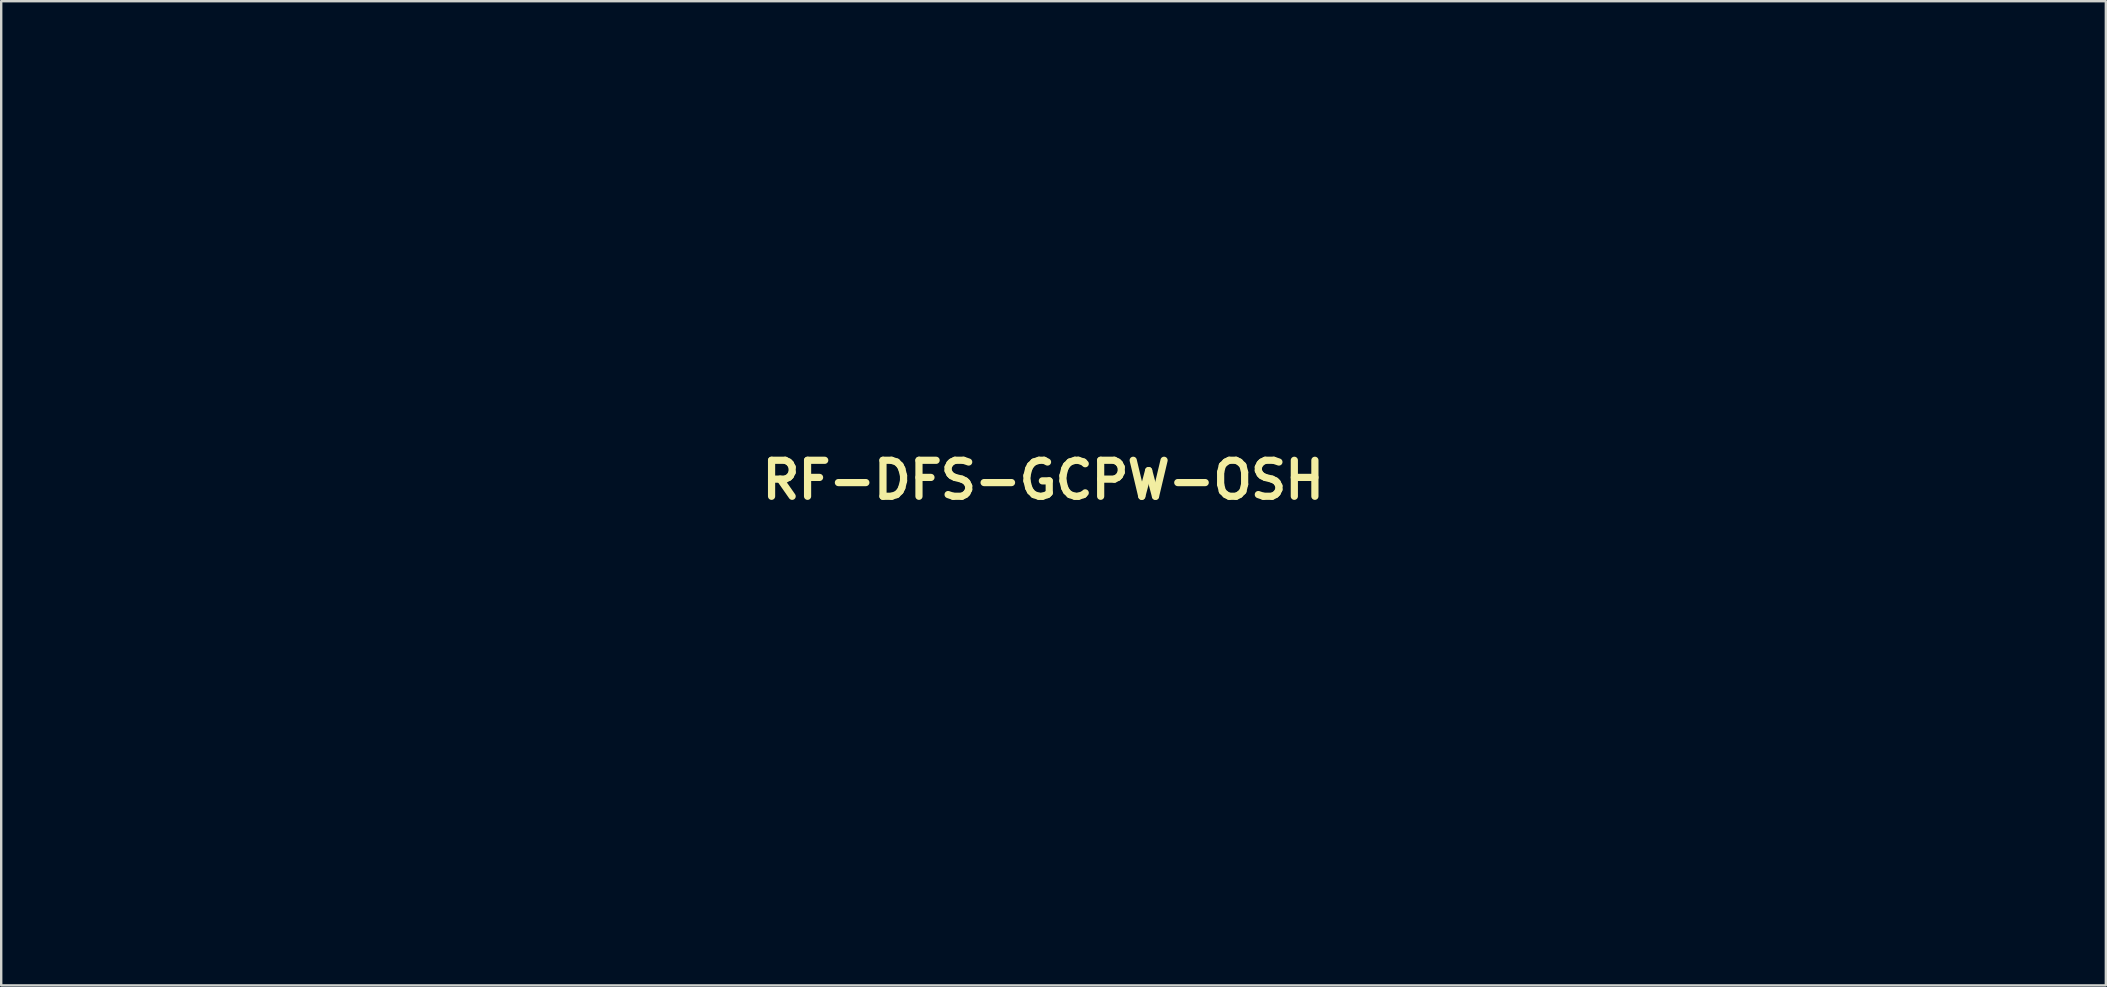
<source format=kicad_pcb>
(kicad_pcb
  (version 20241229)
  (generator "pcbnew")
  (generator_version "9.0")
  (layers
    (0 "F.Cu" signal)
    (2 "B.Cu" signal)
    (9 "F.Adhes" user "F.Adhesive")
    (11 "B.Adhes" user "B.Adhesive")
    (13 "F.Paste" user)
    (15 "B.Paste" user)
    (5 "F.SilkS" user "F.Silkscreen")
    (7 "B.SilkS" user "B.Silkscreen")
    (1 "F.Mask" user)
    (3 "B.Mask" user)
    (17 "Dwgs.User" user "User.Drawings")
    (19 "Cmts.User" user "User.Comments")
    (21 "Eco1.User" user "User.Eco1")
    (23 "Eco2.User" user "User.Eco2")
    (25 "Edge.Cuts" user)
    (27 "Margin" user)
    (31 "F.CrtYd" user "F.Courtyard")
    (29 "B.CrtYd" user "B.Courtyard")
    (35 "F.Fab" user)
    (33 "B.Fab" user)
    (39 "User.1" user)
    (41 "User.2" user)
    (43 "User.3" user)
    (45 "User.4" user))
  (footprint "RF-DFS-GCPW-OSH"
    (layer "F.Cu")
    (at 40.426 16.954)
    (property "Reference" "RF-DFS-GCPW-OSH" (at 0 0 0) (layer "F.SilkS") (effects (font (size 1.5 1.5) (thickness 0.3))))
    (attr board_only exclude_from_pos_files exclude_from_bom)
    (fp_poly (pts (xy -31.344 7.98) (xy -31.283 8.074) (xy -31.313 8.212) (xy -31.432 8.3) (xy -31.503 8.311) (xy -31.613 8.278) (xy -31.658 8.254) (xy -31.735 8.152) (xy -31.709 8.042) (xy -31.598 7.965) (xy -31.503 7.95)) (stroke (width 0.1) (type solid)) (fill no) (layer "Eco1.User"))
    (fp_poly (pts (xy 3.618 4.003) (xy 3.681 4.112) (xy 3.633 4.25) (xy 3.628 4.256) (xy 3.5 4.339) (xy 3.359 4.343) (xy 3.262 4.267) (xy 3.257 4.255) (xy 3.247 4.09) (xy 3.345 3.983) (xy 3.464 3.958)) (stroke (width 0.1) (type solid)) (fill no) (layer "Eco1.User"))
    (fp_poly (pts (xy 14.508 -12.406) (xy 14.569 -12.312) (xy 14.539 -12.174) (xy 14.42 -12.086) (xy 14.349 -12.075) (xy 14.239 -12.108) (xy 14.194 -12.132) (xy 14.117 -12.234) (xy 14.143 -12.344) (xy 14.254 -12.421) (xy 14.349 -12.436)) (stroke (width 0.1) (type solid)) (fill no) (layer "Eco1.User"))
    (fp_poly (pts (xy 27.721 14.824) (xy 27.765 14.866) (xy 27.818 15.002) (xy 27.759 15.115) (xy 27.608 15.172) (xy 27.566 15.174) (xy 27.429 15.159) (xy 27.386 15.089) (xy 27.391 14.993) (xy 27.457 14.845) (xy 27.583 14.784)) (stroke (width 0.1) (type solid)) (fill no) (layer "Eco1.User"))
    (fp_poly (pts (xy -17.157 -11.775) (xy -17.173 -11.692) (xy -17.271 -11.587) (xy -17.357 -11.529) (xy -17.538 -11.438) (xy -17.645 -11.421) (xy -17.71 -11.474) (xy -17.713 -11.478) (xy -17.688 -11.546) (xy -17.583 -11.64) (xy -17.441 -11.734) (xy -17.3 -11.797) (xy -17.236 -11.809)) (stroke (width 0.1) (type solid)) (fill no) (layer "Eco1.User"))
    (fp_poly (pts (xy -18.534 -10.973) (xy -18.551 -10.907) (xy -18.669 -10.796) (xy -18.87 -10.653) (xy -19.137 -10.491) (xy -19.342 -10.379) (xy -19.412 -10.402) (xy -19.43 -10.426) (xy -19.442 -10.508) (xy -19.369 -10.603) (xy -19.197 -10.724) (xy -18.972 -10.85) (xy -18.743 -10.96) (xy -18.6 -10.996)) (stroke (width 0.1) (type solid)) (fill no) (layer "Eco1.User"))
    (fp_poly (pts (xy -0.004 -5.768) (xy -0.032 -5.66) (xy -0.163 -5.486) (xy -0.316 -5.325) (xy -0.542 -5.121) (xy -0.696 -5.025) (xy -0.778 -5.038) (xy -0.792 -5.099) (xy -0.746 -5.19) (xy -0.629 -5.332) (xy -0.472 -5.496) (xy -0.307 -5.651) (xy -0.165 -5.764) (xy -0.08 -5.806)) (stroke (width 0.1) (type solid)) (fill no) (layer "Eco1.User"))
    (fp_poly (pts (xy -0.004 -4.911) (xy -0.032 -4.802) (xy -0.163 -4.628) (xy -0.316 -4.467) (xy -0.542 -4.263) (xy -0.696 -4.168) (xy -0.778 -4.18) (xy -0.792 -4.241) (xy -0.746 -4.332) (xy -0.629 -4.475) (xy -0.472 -4.639) (xy -0.307 -4.793) (xy -0.165 -4.907) (xy -0.08 -4.948)) (stroke (width 0.1) (type solid)) (fill no) (layer "Eco1.User"))
    (fp_poly (pts (xy -0.004 -4.053) (xy -0.032 -3.944) (xy -0.163 -3.77) (xy -0.316 -3.61) (xy -0.542 -3.406) (xy -0.696 -3.31) (xy -0.778 -3.322) (xy -0.792 -3.384) (xy -0.746 -3.474) (xy -0.629 -3.617) (xy -0.472 -3.781) (xy -0.307 -3.935) (xy -0.165 -4.049) (xy -0.08 -4.09)) (stroke (width 0.1) (type solid)) (fill no) (layer "Eco1.User"))
    (fp_poly (pts (xy 0.785 -5.769) (xy 0.76 -5.661) (xy 0.63 -5.487) (xy 0.476 -5.325) (xy 0.276 -5.136) (xy 0.15 -5.038) (xy 0.084 -5.024) (xy 0.066 -5.085) (xy 0.108 -5.18) (xy 0.216 -5.33) (xy 0.359 -5.5) (xy 0.509 -5.658) (xy 0.635 -5.771) (xy 0.703 -5.806)) (stroke (width 0.1) (type solid)) (fill no) (layer "Eco1.User"))
    (fp_poly (pts (xy 1.645 -5.768) (xy 1.617 -5.66) (xy 1.487 -5.486) (xy 1.334 -5.325) (xy 1.108 -5.121) (xy 0.953 -5.025) (xy 0.871 -5.038) (xy 0.858 -5.099) (xy 0.904 -5.19) (xy 1.02 -5.332) (xy 1.177 -5.496) (xy 1.342 -5.651) (xy 1.484 -5.764) (xy 1.569 -5.806)) (stroke (width 0.1) (type solid)) (fill no) (layer "Eco1.User"))
    (fp_poly (pts (xy 1.645 -4.911) (xy 1.617 -4.802) (xy 1.487 -4.628) (xy 1.334 -4.467) (xy 1.108 -4.263) (xy 0.953 -4.168) (xy 0.871 -4.18) (xy 0.858 -4.241) (xy 0.904 -4.332) (xy 1.02 -4.475) (xy 1.177 -4.639) (xy 1.342 -4.793) (xy 1.484 -4.907) (xy 1.569 -4.948)) (stroke (width 0.1) (type solid)) (fill no) (layer "Eco1.User"))
    (fp_poly (pts (xy 1.645 -4.053) (xy 1.617 -3.944) (xy 1.487 -3.77) (xy 1.334 -3.61) (xy 1.108 -3.406) (xy 0.953 -3.31) (xy 0.871 -3.322) (xy 0.858 -3.384) (xy 0.904 -3.474) (xy 1.02 -3.617) (xy 1.177 -3.781) (xy 1.342 -3.935) (xy 1.484 -4.049) (xy 1.569 -4.09)) (stroke (width 0.1) (type solid)) (fill no) (layer "Eco1.User"))
    (fp_poly (pts (xy 2.503 -6.626) (xy 2.475 -6.517) (xy 2.344 -6.343) (xy 2.191 -6.183) (xy 1.965 -5.979) (xy 1.811 -5.883) (xy 1.729 -5.895) (xy 1.715 -5.957) (xy 1.761 -6.047) (xy 1.878 -6.19) (xy 2.035 -6.354) (xy 2.2 -6.508) (xy 2.342 -6.622) (xy 2.427 -6.663)) (stroke (width 0.1) (type solid)) (fill no) (layer "Eco1.User"))
    (fp_poly (pts (xy 2.503 -5.768) (xy 2.475 -5.66) (xy 2.344 -5.486) (xy 2.191 -5.325) (xy 1.965 -5.121) (xy 1.811 -5.025) (xy 1.729 -5.038) (xy 1.715 -5.099) (xy 1.761 -5.19) (xy 1.878 -5.332) (xy 2.035 -5.496) (xy 2.2 -5.651) (xy 2.342 -5.764) (xy 2.427 -5.806)) (stroke (width 0.1) (type solid)) (fill no) (layer "Eco1.User"))
    (fp_poly (pts (xy 2.503 -4.911) (xy 2.475 -4.802) (xy 2.344 -4.628) (xy 2.191 -4.467) (xy 1.965 -4.263) (xy 1.811 -4.168) (xy 1.729 -4.18) (xy 1.715 -4.241) (xy 1.761 -4.332) (xy 1.878 -4.475) (xy 2.035 -4.639) (xy 2.2 -4.793) (xy 2.342 -4.907) (xy 2.427 -4.948)) (stroke (width 0.1) (type solid)) (fill no) (layer "Eco1.User"))
    (fp_poly (pts (xy 2.503 -4.053) (xy 2.475 -3.944) (xy 2.344 -3.77) (xy 2.191 -3.61) (xy 1.965 -3.406) (xy 1.811 -3.31) (xy 1.729 -3.322) (xy 1.715 -3.384) (xy 1.761 -3.474) (xy 1.878 -3.617) (xy 2.035 -3.781) (xy 2.2 -3.935) (xy 2.342 -4.049) (xy 2.427 -4.09)) (stroke (width 0.1) (type solid)) (fill no) (layer "Eco1.User"))
    (fp_poly (pts (xy 3.361 -6.626) (xy 3.332 -6.517) (xy 3.202 -6.343) (xy 3.049 -6.183) (xy 2.823 -5.979) (xy 2.669 -5.883) (xy 2.587 -5.895) (xy 2.573 -5.957) (xy 2.619 -6.047) (xy 2.736 -6.19) (xy 2.892 -6.354) (xy 3.057 -6.508) (xy 3.199 -6.622) (xy 3.284 -6.663)) (stroke (width 0.1) (type solid)) (fill no) (layer "Eco1.User"))
    (fp_poly (pts (xy 3.361 -5.768) (xy 3.332 -5.66) (xy 3.202 -5.486) (xy 3.049 -5.325) (xy 2.823 -5.121) (xy 2.669 -5.025) (xy 2.587 -5.038) (xy 2.573 -5.099) (xy 2.619 -5.19) (xy 2.736 -5.332) (xy 2.892 -5.496) (xy 3.057 -5.651) (xy 3.199 -5.764) (xy 3.284 -5.806)) (stroke (width 0.1) (type solid)) (fill no) (layer "Eco1.User"))
    (fp_poly (pts (xy 3.361 -4.911) (xy 3.332 -4.802) (xy 3.202 -4.628) (xy 3.049 -4.467) (xy 2.823 -4.263) (xy 2.669 -4.168) (xy 2.587 -4.18) (xy 2.573 -4.241) (xy 2.619 -4.332) (xy 2.736 -4.475) (xy 2.892 -4.639) (xy 3.057 -4.793) (xy 3.199 -4.907) (xy 3.284 -4.948)) (stroke (width 0.1) (type solid)) (fill no) (layer "Eco1.User"))
    (fp_poly (pts (xy 3.361 -4.053) (xy 3.332 -3.944) (xy 3.202 -3.77) (xy 3.049 -3.61) (xy 2.823 -3.406) (xy 2.669 -3.31) (xy 2.587 -3.322) (xy 2.573 -3.384) (xy 2.619 -3.474) (xy 2.736 -3.617) (xy 2.892 -3.781) (xy 3.057 -3.935) (xy 3.199 -4.049) (xy 3.284 -4.09)) (stroke (width 0.1) (type solid)) (fill no) (layer "Eco1.User"))
    (fp_poly (pts (xy 4.218 -6.626) (xy 4.19 -6.517) (xy 4.06 -6.343) (xy 3.907 -6.183) (xy 3.681 -5.979) (xy 3.526 -5.883) (xy 3.444 -5.895) (xy 3.431 -5.957) (xy 3.477 -6.047) (xy 3.593 -6.19) (xy 3.75 -6.354) (xy 3.915 -6.508) (xy 4.057 -6.622) (xy 4.142 -6.663)) (stroke (width 0.1) (type solid)) (fill no) (layer "Eco1.User"))
    (fp_poly (pts (xy 4.218 -5.768) (xy 4.19 -5.66) (xy 4.06 -5.486) (xy 3.907 -5.325) (xy 3.681 -5.121) (xy 3.526 -5.025) (xy 3.444 -5.038) (xy 3.431 -5.099) (xy 3.477 -5.19) (xy 3.593 -5.332) (xy 3.75 -5.496) (xy 3.915 -5.651) (xy 4.057 -5.764) (xy 4.142 -5.806)) (stroke (width 0.1) (type solid)) (fill no) (layer "Eco1.User"))
    (fp_poly (pts (xy 4.218 -4.911) (xy 4.19 -4.802) (xy 4.06 -4.628) (xy 3.907 -4.467) (xy 3.681 -4.263) (xy 3.526 -4.168) (xy 3.444 -4.18) (xy 3.431 -4.241) (xy 3.477 -4.332) (xy 3.593 -4.475) (xy 3.75 -4.639) (xy 3.915 -4.793) (xy 4.057 -4.907) (xy 4.142 -4.948)) (stroke (width 0.1) (type solid)) (fill no) (layer "Eco1.User"))
    (fp_poly (pts (xy 4.218 -4.053) (xy 4.19 -3.944) (xy 4.06 -3.77) (xy 3.907 -3.61) (xy 3.681 -3.406) (xy 3.526 -3.31) (xy 3.444 -3.322) (xy 3.431 -3.384) (xy 3.477 -3.474) (xy 3.593 -3.617) (xy 3.75 -3.781) (xy 3.915 -3.935) (xy 4.057 -4.049) (xy 4.142 -4.09)) (stroke (width 0.1) (type solid)) (fill no) (layer "Eco1.User"))
    (fp_poly (pts (xy 5.076 -6.626) (xy 5.048 -6.517) (xy 4.917 -6.343) (xy 4.764 -6.183) (xy 4.538 -5.979) (xy 4.384 -5.883) (xy 4.302 -5.895) (xy 4.288 -5.957) (xy 4.334 -6.047) (xy 4.451 -6.19) (xy 4.608 -6.354) (xy 4.773 -6.508) (xy 4.915 -6.622) (xy 5 -6.663)) (stroke (width 0.1) (type solid)) (fill no) (layer "Eco1.User"))
    (fp_poly (pts (xy 5.076 -5.768) (xy 5.048 -5.66) (xy 4.917 -5.486) (xy 4.764 -5.325) (xy 4.538 -5.121) (xy 4.384 -5.025) (xy 4.302 -5.038) (xy 4.288 -5.099) (xy 4.334 -5.19) (xy 4.451 -5.332) (xy 4.608 -5.496) (xy 4.773 -5.651) (xy 4.915 -5.764) (xy 5 -5.806)) (stroke (width 0.1) (type solid)) (fill no) (layer "Eco1.User"))
    (fp_poly (pts (xy 5.076 -4.911) (xy 5.048 -4.802) (xy 4.917 -4.628) (xy 4.764 -4.467) (xy 4.538 -4.263) (xy 4.384 -4.168) (xy 4.302 -4.18) (xy 4.288 -4.241) (xy 4.334 -4.332) (xy 4.451 -4.475) (xy 4.608 -4.639) (xy 4.773 -4.793) (xy 4.915 -4.907) (xy 5 -4.948)) (stroke (width 0.1) (type solid)) (fill no) (layer "Eco1.User"))
    (fp_poly (pts (xy 5.076 -4.053) (xy 5.048 -3.944) (xy 4.917 -3.77) (xy 4.764 -3.61) (xy 4.538 -3.406) (xy 4.384 -3.31) (xy 4.302 -3.322) (xy 4.288 -3.384) (xy 4.334 -3.474) (xy 4.451 -3.617) (xy 4.608 -3.781) (xy 4.773 -3.935) (xy 4.915 -4.049) (xy 5 -4.09)) (stroke (width 0.1) (type solid)) (fill no) (layer "Eco1.User"))
    (fp_poly (pts (xy 5.934 -6.626) (xy 5.905 -6.517) (xy 5.775 -6.343) (xy 5.622 -6.183) (xy 5.396 -5.979) (xy 5.242 -5.883) (xy 5.16 -5.895) (xy 5.146 -5.957) (xy 5.192 -6.047) (xy 5.309 -6.19) (xy 5.465 -6.354) (xy 5.63 -6.508) (xy 5.772 -6.622) (xy 5.857 -6.663)) (stroke (width 0.1) (type solid)) (fill no) (layer "Eco1.User"))
    (fp_poly (pts (xy 5.934 -5.768) (xy 5.905 -5.66) (xy 5.775 -5.486) (xy 5.622 -5.325) (xy 5.396 -5.121) (xy 5.242 -5.025) (xy 5.16 -5.038) (xy 5.146 -5.099) (xy 5.192 -5.19) (xy 5.309 -5.332) (xy 5.465 -5.496) (xy 5.63 -5.651) (xy 5.772 -5.764) (xy 5.857 -5.806)) (stroke (width 0.1) (type solid)) (fill no) (layer "Eco1.User"))
    (fp_poly (pts (xy 5.934 -4.911) (xy 5.905 -4.802) (xy 5.775 -4.628) (xy 5.622 -4.467) (xy 5.396 -4.263) (xy 5.242 -4.168) (xy 5.16 -4.18) (xy 5.146 -4.241) (xy 5.192 -4.332) (xy 5.309 -4.475) (xy 5.465 -4.639) (xy 5.63 -4.793) (xy 5.772 -4.907) (xy 5.857 -4.948)) (stroke (width 0.1) (type solid)) (fill no) (layer "Eco1.User"))
    (fp_poly (pts (xy 5.934 -4.053) (xy 5.905 -3.944) (xy 5.775 -3.77) (xy 5.622 -3.61) (xy 5.396 -3.406) (xy 5.242 -3.31) (xy 5.16 -3.322) (xy 5.146 -3.384) (xy 5.192 -3.474) (xy 5.309 -3.617) (xy 5.465 -3.781) (xy 5.63 -3.935) (xy 5.772 -4.049) (xy 5.857 -4.09)) (stroke (width 0.1) (type solid)) (fill no) (layer "Eco1.User"))
    (fp_poly (pts (xy 7.583 -5.768) (xy 7.555 -5.66) (xy 7.424 -5.486) (xy 7.271 -5.325) (xy 7.045 -5.121) (xy 6.891 -5.025) (xy 6.809 -5.038) (xy 6.795 -5.099) (xy 6.841 -5.19) (xy 6.958 -5.332) (xy 7.115 -5.496) (xy 7.28 -5.651) (xy 7.422 -5.764) (xy 7.507 -5.806)) (stroke (width 0.1) (type solid)) (fill no) (layer "Eco1.User"))
    (fp_poly (pts (xy 7.583 -4.911) (xy 7.555 -4.802) (xy 7.424 -4.628) (xy 7.271 -4.467) (xy 7.045 -4.263) (xy 6.891 -4.168) (xy 6.809 -4.18) (xy 6.795 -4.241) (xy 6.841 -4.332) (xy 6.958 -4.475) (xy 7.115 -4.639) (xy 7.28 -4.793) (xy 7.422 -4.907) (xy 7.507 -4.948)) (stroke (width 0.1) (type solid)) (fill no) (layer "Eco1.User"))
    (fp_poly (pts (xy 7.583 -4.053) (xy 7.555 -3.944) (xy 7.424 -3.77) (xy 7.271 -3.61) (xy 7.045 -3.406) (xy 6.891 -3.31) (xy 6.809 -3.322) (xy 6.795 -3.384) (xy 6.841 -3.474) (xy 6.958 -3.617) (xy 7.115 -3.781) (xy 7.28 -3.935) (xy 7.422 -4.049) (xy 7.507 -4.09)) (stroke (width 0.1) (type solid)) (fill no) (layer "Eco1.User"))
    (fp_poly (pts (xy 8.441 -6.626) (xy 8.412 -6.517) (xy 8.282 -6.343) (xy 8.129 -6.183) (xy 7.903 -5.979) (xy 7.749 -5.883) (xy 7.667 -5.895) (xy 7.653 -5.957) (xy 7.699 -6.047) (xy 7.816 -6.19) (xy 7.972 -6.354) (xy 8.137 -6.508) (xy 8.279 -6.622) (xy 8.364 -6.663)) (stroke (width 0.1) (type solid)) (fill no) (layer "Eco1.User"))
    (fp_poly (pts (xy 8.441 -5.768) (xy 8.412 -5.66) (xy 8.282 -5.486) (xy 8.129 -5.325) (xy 7.903 -5.121) (xy 7.749 -5.025) (xy 7.667 -5.038) (xy 7.653 -5.099) (xy 7.699 -5.19) (xy 7.816 -5.332) (xy 7.972 -5.496) (xy 8.137 -5.651) (xy 8.279 -5.764) (xy 8.364 -5.806)) (stroke (width 0.1) (type solid)) (fill no) (layer "Eco1.User"))
    (fp_poly (pts (xy 8.441 -4.911) (xy 8.412 -4.802) (xy 8.282 -4.628) (xy 8.129 -4.467) (xy 7.903 -4.263) (xy 7.749 -4.168) (xy 7.667 -4.18) (xy 7.653 -4.241) (xy 7.699 -4.332) (xy 7.816 -4.475) (xy 7.972 -4.639) (xy 8.137 -4.793) (xy 8.279 -4.907) (xy 8.364 -4.948)) (stroke (width 0.1) (type solid)) (fill no) (layer "Eco1.User"))
    (fp_poly (pts (xy 8.441 -4.053) (xy 8.412 -3.944) (xy 8.282 -3.77) (xy 8.129 -3.61) (xy 7.903 -3.406) (xy 7.749 -3.31) (xy 7.667 -3.322) (xy 7.653 -3.384) (xy 7.699 -3.474) (xy 7.816 -3.617) (xy 7.972 -3.781) (xy 8.137 -3.935) (xy 8.279 -4.049) (xy 8.364 -4.09)) (stroke (width 0.1) (type solid)) (fill no) (layer "Eco1.User"))
    (fp_poly (pts (xy 9.298 -6.626) (xy 9.27 -6.517) (xy 9.14 -6.343) (xy 8.987 -6.183) (xy 8.761 -5.979) (xy 8.606 -5.883) (xy 8.524 -5.895) (xy 8.511 -5.957) (xy 8.557 -6.047) (xy 8.673 -6.19) (xy 8.83 -6.354) (xy 8.995 -6.508) (xy 9.137 -6.622) (xy 9.222 -6.663)) (stroke (width 0.1) (type solid)) (fill no) (layer "Eco1.User"))
    (fp_poly (pts (xy 9.298 -5.768) (xy 9.27 -5.66) (xy 9.14 -5.486) (xy 8.987 -5.325) (xy 8.761 -5.121) (xy 8.606 -5.025) (xy 8.524 -5.038) (xy 8.511 -5.099) (xy 8.557 -5.19) (xy 8.673 -5.332) (xy 8.83 -5.496) (xy 8.995 -5.651) (xy 9.137 -5.764) (xy 9.222 -5.806)) (stroke (width 0.1) (type solid)) (fill no) (layer "Eco1.User"))
    (fp_poly (pts (xy 9.298 -4.911) (xy 9.27 -4.802) (xy 9.14 -4.628) (xy 8.987 -4.467) (xy 8.761 -4.263) (xy 8.606 -4.168) (xy 8.524 -4.18) (xy 8.511 -4.241) (xy 8.557 -4.332) (xy 8.673 -4.475) (xy 8.83 -4.639) (xy 8.995 -4.793) (xy 9.137 -4.907) (xy 9.222 -4.948)) (stroke (width 0.1) (type solid)) (fill no) (layer "Eco1.User"))
    (fp_poly (pts (xy 9.298 -4.053) (xy 9.27 -3.944) (xy 9.14 -3.77) (xy 8.987 -3.61) (xy 8.761 -3.406) (xy 8.606 -3.31) (xy 8.524 -3.322) (xy 8.511 -3.384) (xy 8.557 -3.474) (xy 8.673 -3.617) (xy 8.83 -3.781) (xy 8.995 -3.935) (xy 9.137 -4.049) (xy 9.222 -4.09)) (stroke (width 0.1) (type solid)) (fill no) (layer "Eco1.User"))
    (fp_poly (pts (xy 0.784 -4.912) (xy 0.761 -4.805) (xy 0.631 -4.63) (xy 0.476 -4.467) (xy 0.278 -4.279) (xy 0.153 -4.182) (xy 0.087 -4.168) (xy 0.066 -4.23) (xy 0.066 -4.239) (xy 0.11 -4.34) (xy 0.219 -4.493) (xy 0.363 -4.664) (xy 0.514 -4.818) (xy 0.64 -4.923) (xy 0.698 -4.948)) (stroke (width 0.1) (type solid)) (fill no) (layer "Eco1.User"))
    (fp_poly (pts (xy 0.784 -4.054) (xy 0.761 -3.947) (xy 0.631 -3.772) (xy 0.476 -3.61) (xy 0.278 -3.421) (xy 0.153 -3.324) (xy 0.087 -3.31) (xy 0.066 -3.372) (xy 0.066 -3.381) (xy 0.11 -3.483) (xy 0.219 -3.636) (xy 0.363 -3.806) (xy 0.514 -3.961) (xy 0.64 -4.065) (xy 0.698 -4.09)) (stroke (width 0.1) (type solid)) (fill no) (layer "Eco1.User"))
    (fp_poly (pts (xy 1.649 -6.625) (xy 1.616 -6.515) (xy 1.486 -6.343) (xy 1.334 -6.183) (xy 1.107 -5.978) (xy 0.953 -5.883) (xy 0.872 -5.897) (xy 0.858 -5.962) (xy 0.904 -6.049) (xy 1.021 -6.189) (xy 1.179 -6.35) (xy 1.346 -6.504) (xy 1.49 -6.618) (xy 1.58 -6.663) (xy 1.581 -6.663)) (stroke (width 0.1) (type solid)) (fill no) (layer "Eco1.User"))
    (fp_poly (pts (xy 6.731 -5.763) (xy 6.69 -5.641) (xy 6.562 -5.453) (xy 6.46 -5.327) (xy 6.274 -5.135) (xy 6.128 -5.031) (xy 6.033 -5.021) (xy 6.004 -5.099) (xy 6.048 -5.181) (xy 6.159 -5.319) (xy 6.308 -5.482) (xy 6.465 -5.638) (xy 6.599 -5.757) (xy 6.68 -5.806) (xy 6.682 -5.806)) (stroke (width 0.1) (type solid)) (fill no) (layer "Eco1.User"))
    (fp_poly (pts (xy 6.731 -4.905) (xy 6.69 -4.783) (xy 6.562 -4.595) (xy 6.46 -4.47) (xy 6.274 -4.278) (xy 6.128 -4.173) (xy 6.033 -4.164) (xy 6.004 -4.241) (xy 6.048 -4.323) (xy 6.159 -4.461) (xy 6.308 -4.624) (xy 6.465 -4.78) (xy 6.599 -4.899) (xy 6.68 -4.948) (xy 6.682 -4.948)) (stroke (width 0.1) (type solid)) (fill no) (layer "Eco1.User"))
    (fp_poly (pts (xy 6.731 -4.047) (xy 6.69 -3.926) (xy 6.562 -3.737) (xy 6.46 -3.612) (xy 6.274 -3.42) (xy 6.128 -3.316) (xy 6.033 -3.306) (xy 6.004 -3.384) (xy 6.048 -3.466) (xy 6.159 -3.604) (xy 6.308 -3.767) (xy 6.465 -3.923) (xy 6.599 -4.041) (xy 6.68 -4.09) (xy 6.682 -4.09)) (stroke (width 0.1) (type solid)) (fill no) (layer "Eco1.User"))
    (fp_poly (pts (xy 6.733 -6.62) (xy 6.696 -6.501) (xy 6.579 -6.322) (xy 6.46 -6.178) (xy 6.272 -5.988) (xy 6.125 -5.887) (xy 6.031 -5.881) (xy 6.004 -5.957) (xy 6.048 -6.039) (xy 6.159 -6.177) (xy 6.308 -6.34) (xy 6.465 -6.496) (xy 6.599 -6.614) (xy 6.68 -6.663) (xy 6.682 -6.663)) (stroke (width 0.1) (type solid)) (fill no) (layer "Eco1.User"))
    (fp_poly (pts (xy 7.592 -6.623) (xy 7.551 -6.512) (xy 7.424 -6.344) (xy 7.271 -6.183) (xy 7.058 -5.99) (xy 6.902 -5.886) (xy 6.813 -5.876) (xy 6.795 -5.923) (xy 6.84 -5.993) (xy 6.953 -6.121) (xy 7.106 -6.281) (xy 7.271 -6.442) (xy 7.418 -6.576) (xy 7.518 -6.654) (xy 7.54 -6.663)) (stroke (width 0.1) (type solid)) (fill no) (layer "Eco1.User"))
    (fp_poly (pts (xy 12.588 -8.878) (xy 12.601 -8.821) (xy 12.55 -8.751) (xy 12.42 -8.648) (xy 12.248 -8.535) (xy 12.071 -8.436) (xy 11.926 -8.37) (xy 11.848 -8.362) (xy 11.847 -8.363) (xy 11.811 -8.453) (xy 11.882 -8.558) (xy 12.069 -8.688) (xy 12.133 -8.725) (xy 12.37 -8.849) (xy 12.517 -8.899)) (stroke (width 0.1) (type solid)) (fill no) (layer "Eco1.User"))
    (fp_poly (pts (xy 20.324 -8.863) (xy 20.335 -8.793) (xy 20.237 -8.699) (xy 20.143 -8.638) (xy 19.953 -8.522) (xy 19.788 -8.421) (xy 19.754 -8.399) (xy 19.634 -8.349) (xy 19.573 -8.356) (xy 19.531 -8.444) (xy 19.587 -8.541) (xy 19.752 -8.66) (xy 19.891 -8.739) (xy 20.119 -8.85) (xy 20.261 -8.885)) (stroke (width 0.1) (type solid)) (fill no) (layer "Eco1.User"))
    (fp_poly (pts (xy -22.071 -8.967) (xy -22.049 -8.899) (xy -22.115 -8.808) (xy -22.281 -8.687) (xy -22.557 -8.524) (xy -22.572 -8.516) (xy -22.779 -8.407) (xy -22.9 -8.363) (xy -22.963 -8.377) (xy -22.981 -8.408) (xy -22.948 -8.487) (xy -22.827 -8.6) (xy -22.652 -8.725) (xy -22.454 -8.844) (xy -22.269 -8.934) (xy -22.127 -8.977)) (stroke (width 0.1) (type solid)) (fill no) (layer "Eco1.User"))
    (fp_poly (pts (xy -6.747 -8.877) (xy -6.689 -8.841) (xy -6.698 -8.792) (xy -6.788 -8.716) (xy -6.973 -8.599) (xy -7.111 -8.517) (xy -7.308 -8.408) (xy -7.422 -8.366) (xy -7.481 -8.384) (xy -7.498 -8.415) (xy -7.52 -8.513) (xy -7.513 -8.535) (xy -7.335 -8.649) (xy -7.129 -8.756) (xy -6.933 -8.839) (xy -6.788 -8.879)) (stroke (width 0.1) (type solid)) (fill no) (layer "Eco1.User"))
    (fp_poly (pts (xy -6.726 -4.061) (xy -6.739 -3.985) (xy -6.837 -3.873) (xy -7.007 -3.746) (xy -7.084 -3.699) (xy -7.31 -3.574) (xy -7.443 -3.514) (xy -7.505 -3.514) (xy -7.515 -3.57) (xy -7.509 -3.608) (xy -7.444 -3.699) (xy -7.301 -3.82) (xy -7.122 -3.943) (xy -6.946 -4.041) (xy -6.815 -4.085) (xy -6.812 -4.085)) (stroke (width 0.1) (type solid)) (fill no) (layer "Eco1.User"))
    (fp_poly (pts (xy -0.053 -6.611) (xy -0.029 -6.546) (xy -0.077 -6.448) (xy -0.206 -6.295) (xy -0.297 -6.201) (xy -0.522 -5.992) (xy -0.681 -5.887) (xy -0.771 -5.887) (xy -0.792 -5.957) (xy -0.747 -6.043) (xy -0.631 -6.187) (xy -0.468 -6.36) (xy -0.462 -6.366) (xy -0.277 -6.538) (xy -0.157 -6.622) (xy -0.079 -6.629)) (stroke (width 0.1) (type solid)) (fill no) (layer "Eco1.User"))
    (fp_poly (pts (xy 0.797 -6.623) (xy 0.756 -6.512) (xy 0.628 -6.344) (xy 0.476 -6.183) (xy 0.278 -5.995) (xy 0.153 -5.898) (xy 0.087 -5.884) (xy 0.066 -5.945) (xy 0.066 -5.957) (xy 0.11 -6.039) (xy 0.221 -6.177) (xy 0.371 -6.34) (xy 0.527 -6.496) (xy 0.661 -6.614) (xy 0.743 -6.663) (xy 0.744 -6.663)) (stroke (width 0.1) (type solid)) (fill no) (layer "Eco1.User"))
    (fp_poly (pts (xy 0.973 -8.876) (xy 1.03 -8.832) (xy 1.001 -8.765) (xy 0.876 -8.666) (xy 0.645 -8.524) (xy 0.576 -8.485) (xy 0.393 -8.386) (xy 0.29 -8.353) (xy 0.238 -8.379) (xy 0.222 -8.411) (xy 0.199 -8.511) (xy 0.206 -8.535) (xy 0.385 -8.649) (xy 0.592 -8.757) (xy 0.788 -8.839) (xy 0.932 -8.879)) (stroke (width 0.1) (type solid)) (fill no) (layer "Eco1.User"))
    (fp_poly (pts (xy 12.612 -4.059) (xy 12.586 -3.977) (xy 12.476 -3.863) (xy 12.298 -3.735) (xy 12.239 -3.701) (xy 12.027 -3.582) (xy 11.903 -3.521) (xy 11.839 -3.509) (xy 11.808 -3.54) (xy 11.789 -3.585) (xy 11.826 -3.654) (xy 11.945 -3.76) (xy 12.112 -3.879) (xy 12.293 -3.99) (xy 12.451 -4.067) (xy 12.541 -4.09)) (stroke (width 0.1) (type solid)) (fill no) (layer "Eco1.User"))
    (fp_poly (pts (xy 35.927 -8.965) (xy 35.93 -8.893) (xy 35.848 -8.799) (xy 35.671 -8.673) (xy 35.387 -8.504) (xy 35.367 -8.493) (xy 35.148 -8.386) (xy 35.024 -8.365) (xy 34.996 -8.384) (xy 34.985 -8.455) (xy 35.048 -8.54) (xy 35.199 -8.652) (xy 35.453 -8.803) (xy 35.505 -8.833) (xy 35.735 -8.949) (xy 35.873 -8.989)) (stroke (width 0.1) (type solid)) (fill no) (layer "Eco1.User"))
    (fp_poly (pts (xy 37.669 -5.165) (xy 37.693 -5.119) (xy 37.67 -5.038) (xy 37.543 -4.929) (xy 37.311 -4.787) (xy 37.048 -4.646) (xy 36.878 -4.573) (xy 36.784 -4.563) (xy 36.749 -4.611) (xy 36.748 -4.636) (xy 36.801 -4.7) (xy 36.94 -4.806) (xy 37.133 -4.934) (xy 37.351 -5.063) (xy 37.562 -5.175) (xy 37.612 -5.198)) (stroke (width 0.1) (type solid)) (fill no) (layer "Eco1.User"))
    (fp_poly (pts (xy 41.196 -7.189) (xy 41.221 -7.123) (xy 41.165 -7.04) (xy 41.017 -6.928) (xy 40.763 -6.775) (xy 40.697 -6.738) (xy 40.489 -6.629) (xy 40.367 -6.585) (xy 40.304 -6.599) (xy 40.287 -6.628) (xy 40.32 -6.708) (xy 40.441 -6.821) (xy 40.616 -6.947) (xy 40.813 -7.066) (xy 40.999 -7.157) (xy 41.14 -7.2)) (stroke (width 0.1) (type solid)) (fill no) (layer "Eco1.User"))
    (fp_poly (pts (xy 39.457 -6.173) (xy 39.442 -6.096) (xy 39.334 -5.983) (xy 39.148 -5.849) (xy 39.029 -5.778) (xy 38.795 -5.649) (xy 38.651 -5.576) (xy 38.572 -5.553) (xy 38.534 -5.572) (xy 38.512 -5.624) (xy 38.552 -5.691) (xy 38.675 -5.799) (xy 38.848 -5.925) (xy 39.041 -6.048) (xy 39.218 -6.146) (xy 39.349 -6.197) (xy 39.37 -6.199)) (stroke (width 0.1) (type solid)) (fill no) (layer "Eco1.User"))
    (fp_poly (pts (xy 39.46 13.159) (xy 39.432 13.239) (xy 39.311 13.357) (xy 39.109 13.499) (xy 39.034 13.544) (xy 38.801 13.679) (xy 38.657 13.754) (xy 38.577 13.777) (xy 38.535 13.756) (xy 38.509 13.7) (xy 38.547 13.633) (xy 38.669 13.527) (xy 38.844 13.402) (xy 39.038 13.281) (xy 39.22 13.184) (xy 39.356 13.132) (xy 39.384 13.129)) (stroke (width 0.1) (type solid)) (fill no) (layer "Eco1.User"))
    (fp_poly (pts (xy 39.467 -10.978) (xy 39.481 -10.959) (xy 39.442 -10.908) (xy 39.321 -10.81) (xy 39.148 -10.688) (xy 38.955 -10.561) (xy 38.773 -10.451) (xy 38.633 -10.377) (xy 38.574 -10.358) (xy 38.527 -10.409) (xy 38.506 -10.453) (xy 38.535 -10.537) (xy 38.676 -10.654) (xy 38.889 -10.783) (xy 39.143 -10.92) (xy 39.308 -10.993) (xy 39.408 -11.01)) (stroke (width 0.1) (type solid)) (fill no) (layer "Eco1.User"))
    (fp_poly (pts (xy 35.878 15.206) (xy 35.944 15.25) (xy 35.901 15.319) (xy 35.885 15.334) (xy 35.761 15.429) (xy 35.582 15.54) (xy 35.382 15.649) (xy 35.196 15.738) (xy 35.06 15.789) (xy 35.01 15.79) (xy 34.966 15.699) (xy 34.966 15.694) (xy 35.021 15.627) (xy 35.162 15.528) (xy 35.352 15.417) (xy 35.555 15.313) (xy 35.736 15.235) (xy 35.858 15.203)) (stroke (width 0.1) (type solid)) (fill no) (layer "Eco1.User"))
    (fp_poly (pts (xy 37.69 -9.97) (xy 37.728 -9.931) (xy 37.736 -9.898) (xy 37.695 -9.854) (xy 37.585 -9.782) (xy 37.388 -9.663) (xy 37.3 -9.61) (xy 37.042 -9.463) (xy 36.875 -9.388) (xy 36.783 -9.381) (xy 36.749 -9.437) (xy 36.748 -9.462) (xy 36.802 -9.545) (xy 36.941 -9.654) (xy 37.13 -9.772) (xy 37.335 -9.878) (xy 37.521 -9.954) (xy 37.653 -9.982)) (stroke (width 0.1) (type solid)) (fill no) (layer "Eco1.User"))
    (fp_poly (pts (xy 41.224 12.159) (xy 41.234 12.213) (xy 41.181 12.268) (xy 41.047 12.363) (xy 40.866 12.478) (xy 40.674 12.592) (xy 40.504 12.683) (xy 40.392 12.73) (xy 40.376 12.733) (xy 40.29 12.686) (xy 40.282 12.674) (xy 40.272 12.627) (xy 40.315 12.569) (xy 40.428 12.487) (xy 40.63 12.367) (xy 40.778 12.283) (xy 41.013 12.163) (xy 41.157 12.122)) (stroke (width 0.1) (type solid)) (fill no) (layer "Eco1.User"))
    (fp_poly (pts (xy -20.264 -9.955) (xy -20.254 -9.906) (xy -20.306 -9.855) (xy -20.439 -9.762) (xy -20.62 -9.646) (xy -20.814 -9.529) (xy -20.987 -9.432) (xy -21.104 -9.375) (xy -21.13 -9.368) (xy -21.197 -9.415) (xy -21.213 -9.439) (xy -21.238 -9.48) (xy -21.235 -9.515) (xy -21.185 -9.561) (xy -21.067 -9.636) (xy -20.861 -9.757) (xy -20.798 -9.794) (xy -20.527 -9.936) (xy -20.351 -9.989)) (stroke (width 0.1) (type solid)) (fill no) (layer "Eco1.User"))
    (fp_poly (pts (xy 35.896 -4.109) (xy 35.907 -4.1) (xy 35.946 -4.059) (xy 35.954 -4.024) (xy 35.91 -3.98) (xy 35.796 -3.909) (xy 35.593 -3.795) (xy 35.488 -3.738) (xy 35.275 -3.628) (xy 35.107 -3.557) (xy 35.016 -3.538) (xy 35.01 -3.541) (xy 34.973 -3.604) (xy 35.004 -3.673) (xy 35.118 -3.763) (xy 35.33 -3.891) (xy 35.4 -3.931) (xy 35.647 -4.059) (xy 35.806 -4.117)) (stroke (width 0.1) (type solid)) (fill no) (layer "Eco1.User"))
    (fp_poly (pts (xy 37.651 14.169) (xy 37.676 14.192) (xy 37.717 14.275) (xy 37.717 14.291) (xy 37.658 14.328) (xy 37.517 14.415) (xy 37.321 14.532) (xy 37.308 14.54) (xy 37.044 14.69) (xy 36.87 14.763) (xy 36.776 14.763) (xy 36.748 14.694) (xy 36.748 14.693) (xy 36.801 14.622) (xy 36.943 14.511) (xy 37.144 14.381) (xy 37.185 14.357) (xy 37.42 14.229) (xy 37.569 14.168)) (stroke (width 0.1) (type solid)) (fill no) (layer "Eco1.User"))
    (fp_poly (pts (xy 41.213 -12.005) (xy 41.234 -11.938) (xy 41.182 -11.885) (xy 41.048 -11.79) (xy 40.868 -11.674) (xy 40.675 -11.559) (xy 40.506 -11.467) (xy 40.393 -11.417) (xy 40.375 -11.414) (xy 40.291 -11.461) (xy 40.274 -11.484) (xy 40.25 -11.523) (xy 40.251 -11.554) (xy 40.296 -11.596) (xy 40.406 -11.663) (xy 40.603 -11.772) (xy 40.712 -11.832) (xy 40.967 -11.963) (xy 41.129 -12.02)) (stroke (width 0.1) (type solid)) (fill no) (layer "Eco1.User"))
    (fp_poly (pts (xy -20.105 -15.83) (xy -19.76 -15.819) (xy -19.524 -15.802) (xy -19.408 -15.779) (xy -19.396 -15.768) (xy -19.461 -15.742) (xy -19.648 -15.723) (xy -19.948 -15.709) (xy -20.353 -15.702) (xy -20.551 -15.702) (xy -20.997 -15.705) (xy -21.342 -15.716) (xy -21.577 -15.733) (xy -21.694 -15.756) (xy -21.705 -15.768) (xy -21.641 -15.793) (xy -21.454 -15.813) (xy -21.153 -15.826) (xy -20.749 -15.833) (xy -20.551 -15.834)) (stroke (width 0.1) (type solid)) (fill no) (layer "Eco1.User"))
    (fp_poly (pts (xy -20.105 -15.17) (xy -19.76 -15.16) (xy -19.524 -15.142) (xy -19.408 -15.119) (xy -19.396 -15.108) (xy -19.461 -15.083) (xy -19.648 -15.063) (xy -19.948 -15.049) (xy -20.353 -15.043) (xy -20.551 -15.042) (xy -20.997 -15.046) (xy -21.342 -15.056) (xy -21.577 -15.074) (xy -21.694 -15.097) (xy -21.705 -15.108) (xy -21.641 -15.134) (xy -21.454 -15.153) (xy -21.153 -15.167) (xy -20.749 -15.173) (xy -20.551 -15.174)) (stroke (width 0.1) (type solid)) (fill no) (layer "Eco1.User"))
    (fp_poly (pts (xy 23.406 13.923) (xy 23.729 13.929) (xy 23.949 13.941) (xy 24.077 13.96) (xy 24.129 13.987) (xy 24.13 14.003) (xy 24.08 14.036) (xy 23.946 14.062) (xy 23.715 14.081) (xy 23.376 14.095) (xy 22.983 14.103) (xy 22.611 14.107) (xy 22.286 14.105) (xy 22.03 14.098) (xy 21.866 14.087) (xy 21.817 14.076) (xy 21.781 14.022) (xy 21.805 13.982) (xy 21.901 13.954) (xy 22.083 13.936) (xy 22.364 13.925) (xy 22.759 13.921) (xy 22.964 13.921)) (stroke (width 0.1) (type solid)) (fill no) (layer "Eco1.User"))
    (fp_poly (pts (xy 23.406 14.582) (xy 23.729 14.589) (xy 23.949 14.601) (xy 24.077 14.62) (xy 24.129 14.647) (xy 24.13 14.663) (xy 24.08 14.696) (xy 23.946 14.722) (xy 23.715 14.741) (xy 23.376 14.755) (xy 22.983 14.763) (xy 22.611 14.767) (xy 22.286 14.765) (xy 22.03 14.758) (xy 21.866 14.747) (xy 21.817 14.736) (xy 21.781 14.682) (xy 21.805 14.642) (xy 21.901 14.614) (xy 22.083 14.595) (xy 22.364 14.585) (xy 22.759 14.581) (xy 22.964 14.58)) (stroke (width 0.1) (type solid)) (fill no) (layer "Eco1.User"))
    (fp_poly (pts (xy -0.434 3.045) (xy -0.223 3.051) (xy -0.092 3.066) (xy -0.023 3.09) (xy -0.001 3.123) (xy 0 3.132) (xy -0.016 3.168) (xy -0.075 3.195) (xy -0.193 3.213) (xy -0.389 3.225) (xy -0.678 3.231) (xy -1.079 3.233) (xy -1.193 3.233) (xy -1.635 3.231) (xy -1.958 3.224) (xy -2.177 3.212) (xy -2.306 3.193) (xy -2.357 3.166) (xy -2.359 3.15) (xy -2.309 3.118) (xy -2.177 3.092) (xy -1.951 3.073) (xy -1.617 3.059) (xy -1.166 3.05) (xy -0.742 3.045)) (stroke (width 0.1) (type solid)) (fill no) (layer "Eco1.User"))
    (fp_poly (pts (xy -0.434 3.704) (xy -0.223 3.711) (xy -0.092 3.726) (xy -0.023 3.749) (xy -0.001 3.783) (xy 0 3.792) (xy -0.016 3.828) (xy -0.075 3.855) (xy -0.193 3.873) (xy -0.389 3.884) (xy -0.678 3.89) (xy -1.079 3.892) (xy -1.193 3.892) (xy -1.635 3.89) (xy -1.958 3.884) (xy -2.177 3.872) (xy -2.306 3.853) (xy -2.357 3.826) (xy -2.359 3.81) (xy -2.309 3.777) (xy -2.177 3.752) (xy -1.951 3.733) (xy -1.617 3.719) (xy -1.166 3.71) (xy -0.742 3.704)) (stroke (width 0.1) (type solid)) (fill no) (layer "Eco1.User"))
    (fp_poly (pts (xy 10.157 -13.391) (xy 10.463 -13.386) (xy 10.673 -13.375) (xy 10.801 -13.358) (xy 10.867 -13.332) (xy 10.886 -13.296) (xy 10.886 -13.294) (xy 10.869 -13.257) (xy 10.806 -13.231) (xy 10.682 -13.213) (xy 10.477 -13.202) (xy 10.176 -13.196) (xy 9.76 -13.195) (xy 9.742 -13.195) (xy 9.367 -13.197) (xy 9.038 -13.204) (xy 8.778 -13.213) (xy 8.61 -13.226) (xy 8.556 -13.237) (xy 8.529 -13.291) (xy 8.575 -13.332) (xy 8.708 -13.361) (xy 8.938 -13.379) (xy 9.276 -13.39) (xy 9.735 -13.393)) (stroke (width 0.1) (type solid)) (fill no) (layer "Eco1.User"))
    (fp_poly (pts (xy 10.157 -12.732) (xy 10.463 -12.726) (xy 10.673 -12.715) (xy 10.801 -12.698) (xy 10.867 -12.672) (xy 10.886 -12.636) (xy 10.886 -12.634) (xy 10.869 -12.598) (xy 10.806 -12.571) (xy 10.682 -12.553) (xy 10.477 -12.542) (xy 10.176 -12.537) (xy 9.76 -12.535) (xy 9.742 -12.535) (xy 9.367 -12.537) (xy 9.038 -12.544) (xy 8.778 -12.554) (xy 8.61 -12.566) (xy 8.556 -12.577) (xy 8.529 -12.631) (xy 8.575 -12.672) (xy 8.708 -12.701) (xy 8.938 -12.72) (xy 9.276 -12.73) (xy 9.735 -12.733)) (stroke (width 0.1) (type solid)) (fill no) (layer "Eco1.User"))
    (fp_poly (pts (xy -35.698 6.995) (xy -35.391 7) (xy -35.181 7.011) (xy -35.052 7.028) (xy -34.986 7.054) (xy -34.966 7.089) (xy -34.966 7.092) (xy -34.983 7.128) (xy -35.045 7.155) (xy -35.169 7.173) (xy -35.373 7.184) (xy -35.673 7.189) (xy -36.087 7.191) (xy -36.121 7.191) (xy -36.543 7.19) (xy -36.851 7.184) (xy -37.061 7.174) (xy -37.19 7.156) (xy -37.256 7.131) (xy -37.275 7.095) (xy -37.275 7.092) (xy -37.258 7.056) (xy -37.196 7.03) (xy -37.072 7.012) (xy -36.868 7.001) (xy -36.568 6.995) (xy -36.154 6.993) (xy -36.121 6.993)) (stroke (width 0.1) (type solid)) (fill no) (layer "Eco1.User"))
    (fp_poly (pts (xy -35.698 7.654) (xy -35.391 7.66) (xy -35.181 7.67) (xy -35.052 7.688) (xy -34.986 7.714) (xy -34.966 7.749) (xy -34.966 7.752) (xy -34.983 7.788) (xy -35.045 7.815) (xy -35.169 7.833) (xy -35.373 7.844) (xy -35.673 7.849) (xy -36.087 7.851) (xy -36.121 7.851) (xy -36.543 7.849) (xy -36.851 7.844) (xy -37.061 7.833) (xy -37.19 7.816) (xy -37.256 7.79) (xy -37.275 7.755) (xy -37.275 7.752) (xy -37.258 7.716) (xy -37.196 7.689) (xy -37.072 7.671) (xy -36.868 7.66) (xy -36.568 7.655) (xy -36.154 7.653) (xy -36.121 7.653)) (stroke (width 0.1) (type solid)) (fill no) (layer "Eco1.User"))
    (fp_poly (pts (xy 6.597 2.083) (xy 6.634 2.181) (xy 6.654 2.363) (xy 6.662 2.644) (xy 6.663 3.04) (xy 6.663 3.101) (xy 6.663 4.156) (xy 6.861 4.156) (xy 7.018 4.186) (xy 7.059 4.255) (xy 7.036 4.304) (xy 6.952 4.334) (xy 6.783 4.349) (xy 6.509 4.354) (xy 6.465 4.354) (xy 6.173 4.35) (xy 5.991 4.335) (xy 5.898 4.306) (xy 5.872 4.26) (xy 5.932 4.183) (xy 6.086 4.144) (xy 6.301 4.123) (xy 6.319 3.242) (xy 6.337 2.36) (xy 6.105 2.403) (xy 5.945 2.421) (xy 5.88 2.389) (xy 5.872 2.345) (xy 5.928 2.261) (xy 6.02 2.241) (xy 6.19 2.206) (xy 6.334 2.144) (xy 6.452 2.08) (xy 6.539 2.055)) (stroke (width 0.1) (type solid)) (fill no) (layer "Eco1.User"))
    (fp_poly (pts (xy -24.947 6.03) (xy -24.905 6.121) (xy -24.883 6.295) (xy -24.874 6.567) (xy -24.872 6.953) (xy -24.872 7.059) (xy -24.872 8.115) (xy -24.674 8.115) (xy -24.517 8.144) (xy -24.476 8.214) (xy -24.5 8.262) (xy -24.584 8.292) (xy -24.752 8.308) (xy -25.027 8.313) (xy -25.07 8.313) (xy -25.36 8.309) (xy -25.54 8.295) (xy -25.634 8.267) (xy -25.664 8.221) (xy -25.664 8.214) (xy -25.605 8.135) (xy -25.466 8.115) (xy -25.268 8.115) (xy -25.268 7.216) (xy -25.268 6.317) (xy -25.466 6.357) (xy -25.611 6.369) (xy -25.662 6.319) (xy -25.664 6.299) (xy -25.61 6.216) (xy -25.548 6.201) (xy -25.409 6.171) (xy -25.244 6.102) (xy -25.11 6.035) (xy -25.013 6.006)) (stroke (width 0.1) (type solid)) (fill no) (layer "Eco1.User"))
    (fp_poly (pts (xy 19.726 14.666) (xy 19.98 14.676) (xy 20.13 14.695) (xy 20.206 14.731) (xy 20.236 14.795) (xy 20.242 14.828) (xy 20.234 14.937) (xy 20.144 14.974) (xy 20.086 14.976) (xy 19.96 14.958) (xy 19.935 14.886) (xy 19.943 14.845) (xy 19.952 14.754) (xy 19.886 14.764) (xy 19.854 14.78) (xy 19.775 14.874) (xy 19.685 15.051) (xy 19.602 15.267) (xy 19.545 15.476) (xy 19.528 15.608) (xy 19.475 15.698) (xy 19.424 15.728) (xy 19.311 15.764) (xy 19.259 15.744) (xy 19.239 15.713) (xy 19.236 15.625) (xy 19.264 15.451) (xy 19.304 15.279) (xy 19.346 15.087) (xy 19.367 14.923) (xy 19.369 14.809) (xy 19.352 14.77) (xy 19.317 14.827) (xy 19.294 14.894) (xy 19.227 15.001) (xy 19.139 15.042) (xy 19.076 15.004) (xy 19.066 14.956) (xy 19.098 14.811) (xy 19.206 14.719) (xy 19.406 14.673) (xy 19.716 14.666)) (stroke (width 0.1) (type solid)) (fill no) (layer "Eco1.User"))
    (fp_poly (pts (xy -28.216 6.063) (xy -27.997 6.231) (xy -27.836 6.493) (xy -27.742 6.833) (xy -27.72 7.235) (xy -27.761 7.604) (xy -27.826 7.873) (xy -27.914 8.058) (xy -28.038 8.197) (xy -28.294 8.347) (xy -28.579 8.372) (xy -28.831 8.294) (xy -29.019 8.14) (xy -29.145 7.89) (xy -29.212 7.535) (xy -29.226 7.206) (xy -29.22 7.09) (xy -28.888 7.09) (xy -28.871 7.501) (xy -28.866 7.557) (xy -28.805 7.874) (xy -28.708 8.1) (xy -28.584 8.224) (xy -28.445 8.238) (xy -28.302 8.132) (xy -28.255 8.068) (xy -28.192 7.9) (xy -28.149 7.645) (xy -28.128 7.338) (xy -28.128 7.015) (xy -28.148 6.709) (xy -28.188 6.457) (xy -28.249 6.293) (xy -28.264 6.275) (xy -28.425 6.153) (xy -28.572 6.151) (xy -28.697 6.255) (xy -28.795 6.455) (xy -28.861 6.737) (xy -28.888 7.09) (xy -29.22 7.09) (xy -29.199 6.752) (xy -29.115 6.411) (xy -28.969 6.178) (xy -28.757 6.045) (xy -28.487 6.004)) (stroke (width 0.1) (type solid)) (fill no) (layer "Eco1.User"))
    (fp_poly (pts (xy 2.396 2.105) (xy 2.615 2.273) (xy 2.776 2.535) (xy 2.87 2.874) (xy 2.892 3.277) (xy 2.85 3.645) (xy 2.786 3.915) (xy 2.698 4.1) (xy 2.574 4.239) (xy 2.318 4.388) (xy 2.032 4.414) (xy 1.781 4.336) (xy 1.593 4.181) (xy 1.467 3.931) (xy 1.4 3.577) (xy 1.386 3.247) (xy 1.392 3.132) (xy 1.724 3.132) (xy 1.741 3.543) (xy 1.746 3.598) (xy 1.807 3.916) (xy 1.904 4.142) (xy 2.028 4.266) (xy 2.167 4.28) (xy 2.31 4.174) (xy 2.357 4.11) (xy 2.42 3.942) (xy 2.463 3.687) (xy 2.484 3.38) (xy 2.484 3.056) (xy 2.464 2.751) (xy 2.424 2.499) (xy 2.363 2.335) (xy 2.348 2.316) (xy 2.186 2.194) (xy 2.04 2.192) (xy 1.915 2.297) (xy 1.816 2.497) (xy 1.751 2.779) (xy 1.724 3.132) (xy 1.392 3.132) (xy 1.413 2.793) (xy 1.497 2.453) (xy 1.643 2.22) (xy 1.855 2.086) (xy 2.125 2.045)) (stroke (width 0.1) (type solid)) (fill no) (layer "Eco1.User"))
    (fp_poly (pts (xy 13.28 -14.326) (xy 13.516 -14.162) (xy 13.68 -13.894) (xy 13.769 -13.53) (xy 13.78 -13.074) (xy 13.757 -12.822) (xy 13.667 -12.479) (xy 13.503 -12.222) (xy 13.282 -12.062) (xy 13.021 -12.01) (xy 12.737 -12.075) (xy 12.626 -12.133) (xy 12.464 -12.272) (xy 12.356 -12.469) (xy 12.294 -12.747) (xy 12.272 -13.127) (xy 12.271 -13.207) (xy 12.274 -13.249) (xy 12.667 -13.249) (xy 12.676 -12.847) (xy 12.705 -12.556) (xy 12.76 -12.357) (xy 12.843 -12.229) (xy 12.891 -12.19) (xy 13.03 -12.144) (xy 13.168 -12.212) (xy 13.234 -12.278) (xy 13.294 -12.367) (xy 13.334 -12.495) (xy 13.361 -12.689) (xy 13.378 -12.979) (xy 13.382 -13.107) (xy 13.385 -13.527) (xy 13.359 -13.833) (xy 13.299 -14.042) (xy 13.202 -14.169) (xy 13.076 -14.228) (xy 12.92 -14.229) (xy 12.789 -14.123) (xy 12.788 -14.121) (xy 12.733 -14.032) (xy 12.697 -13.909) (xy 12.677 -13.724) (xy 12.668 -13.451) (xy 12.667 -13.249) (xy 12.274 -13.249) (xy 12.302 -13.662) (xy 12.397 -14.004) (xy 12.556 -14.235) (xy 12.782 -14.358) (xy 12.975 -14.382)) (stroke (width 0.1) (type solid)) (fill no) (layer "Eco1.User"))
    (fp_poly (pts (xy -13.986 -15.613) (xy -13.982 -15.28) (xy -13.963 -15.059) (xy -13.925 -14.926) (xy -13.86 -14.862) (xy -13.762 -14.844) (xy -13.756 -14.844) (xy -13.566 -14.877) (xy -13.435 -14.988) (xy -13.355 -15.191) (xy -13.316 -15.503) (xy -13.312 -15.603) (xy -13.3 -15.866) (xy -13.281 -16.025) (xy -13.247 -16.109) (xy -13.189 -16.143) (xy -13.145 -16.152) (xy -13.074 -16.156) (xy -13.031 -16.126) (xy -13.007 -16.038) (xy -12.998 -15.868) (xy -12.996 -15.591) (xy -12.989 -15.252) (xy -12.966 -15.029) (xy -12.922 -14.907) (xy -12.849 -14.87) (xy -12.743 -14.905) (xy -12.734 -14.909) (xy -12.585 -14.958) (xy -12.517 -14.922) (xy -12.541 -14.83) (xy -12.656 -14.72) (xy -12.845 -14.625) (xy -13.044 -14.584) (xy -13.211 -14.601) (xy -13.302 -14.678) (xy -13.343 -14.737) (xy -13.422 -14.728) (xy -13.528 -14.678) (xy -13.736 -14.605) (xy -13.923 -14.58) (xy -14.131 -14.58) (xy -14.085 -14.25) (xy -14.062 -14.056) (xy -14.071 -13.958) (xy -14.126 -13.924) (xy -14.213 -13.921) (xy -14.386 -13.921) (xy -14.367 -15.026) (xy -14.349 -16.131) (xy -14.168 -16.152) (xy -13.986 -16.172)) (stroke (width 0.1) (type solid)) (fill no) (layer "Eco1.User"))
    (fp_poly (pts (xy -23.369 -16.707) (xy -23.335 -16.638) (xy -23.347 -16.49) (xy -23.383 -16.317) (xy -23.404 -16.172) (xy -23.36 -16.109) (xy -23.244 -16.086) (xy -23.095 -16.045) (xy -23.068 -15.986) (xy -23.159 -15.932) (xy -23.271 -15.912) (xy -23.363 -15.902) (xy -23.429 -15.878) (xy -23.481 -15.819) (xy -23.529 -15.703) (xy -23.584 -15.51) (xy -23.658 -15.218) (xy -23.69 -15.087) (xy -23.732 -14.844) (xy -23.713 -14.711) (xy -23.639 -14.692) (xy -23.513 -14.792) (xy -23.445 -14.871) (xy -23.298 -15.03) (xy -23.188 -15.101) (xy -23.131 -15.079) (xy -23.138 -14.975) (xy -23.23 -14.816) (xy -23.397 -14.659) (xy -23.587 -14.547) (xy -23.721 -14.514) (xy -23.887 -14.573) (xy -23.983 -14.673) (xy -24.029 -14.776) (xy -24.042 -14.913) (xy -24.018 -15.106) (xy -23.956 -15.376) (xy -23.852 -15.748) (xy -23.842 -15.784) (xy -23.843 -15.866) (xy -23.934 -15.897) (xy -24.016 -15.9) (xy -24.162 -15.925) (xy -24.197 -15.983) (xy -24.129 -16.046) (xy -23.971 -16.085) (xy -23.844 -16.113) (xy -23.764 -16.19) (xy -23.698 -16.352) (xy -23.679 -16.414) (xy -23.604 -16.614) (xy -23.524 -16.708) (xy -23.454 -16.724)) (stroke (width 0.1) (type solid)) (fill no) (layer "Eco1.User"))
    (fp_poly (pts (xy 18.746 13.674) (xy 18.852 13.736) (xy 18.933 13.831) (xy 18.893 13.885) (xy 18.731 13.898) (xy 18.54 13.882) (xy 18.287 13.864) (xy 18.116 13.883) (xy 17.981 13.945) (xy 17.975 13.949) (xy 17.849 14.063) (xy 17.852 14.154) (xy 17.983 14.219) (xy 18.166 14.25) (xy 18.381 14.289) (xy 18.477 14.34) (xy 18.45 14.39) (xy 18.298 14.428) (xy 18.21 14.436) (xy 17.956 14.476) (xy 17.79 14.566) (xy 17.678 14.719) (xy 17.659 14.852) (xy 17.719 14.939) (xy 17.865 15.011) (xy 18.078 15.041) (xy 18.297 15.026) (xy 18.467 14.967) (xy 18.496 14.943) (xy 18.616 14.86) (xy 18.709 14.853) (xy 18.737 14.908) (xy 18.686 15.008) (xy 18.567 15.125) (xy 18.429 15.215) (xy 18.345 15.241) (xy 18.192 15.254) (xy 18.11 15.268) (xy 17.93 15.273) (xy 17.846 15.26) (xy 17.658 15.16) (xy 17.529 14.993) (xy 17.474 14.799) (xy 17.505 14.614) (xy 17.583 14.513) (xy 17.652 14.389) (xy 17.643 14.214) (xy 17.638 14.025) (xy 17.721 13.881) (xy 17.737 13.864) (xy 17.951 13.722) (xy 18.221 13.639) (xy 18.501 13.621)) (stroke (width 0.1) (type solid)) (fill no) (layer "Eco1.User"))
    (fp_poly (pts (xy -32.515 6.059) (xy -32.304 6.226) (xy -32.157 6.508) (xy -32.127 6.606) (xy -32.086 6.862) (xy -32.077 7.179) (xy -32.095 7.51) (xy -32.138 7.805) (xy -32.199 8.004) (xy -32.364 8.213) (xy -32.603 8.338) (xy -32.879 8.37) (xy -33.157 8.298) (xy -33.193 8.279) (xy -33.36 8.12) (xy -33.48 7.867) (xy -33.554 7.552) (xy -33.562 7.448) (xy -33.181 7.448) (xy -33.179 7.68) (xy -33.163 7.837) (xy -33.131 7.945) (xy -33.078 8.034) (xy -33.053 8.066) (xy -32.907 8.211) (xy -32.776 8.229) (xy -32.638 8.123) (xy -32.596 8.073) (xy -32.533 7.976) (xy -32.492 7.857) (xy -32.47 7.688) (xy -32.46 7.437) (xy -32.459 7.218) (xy -32.47 6.812) (xy -32.504 6.519) (xy -32.568 6.323) (xy -32.665 6.206) (xy -32.773 6.158) (xy -32.915 6.144) (xy -33.019 6.192) (xy -33.091 6.318) (xy -33.137 6.536) (xy -33.164 6.863) (xy -33.174 7.112) (xy -33.181 7.448) (xy -33.562 7.448) (xy -33.581 7.205) (xy -33.562 6.855) (xy -33.496 6.533) (xy -33.384 6.269) (xy -33.225 6.093) (xy -33.195 6.075) (xy -33.043 6.029) (xy -32.837 6.005) (xy -32.79 6.004)) (stroke (width 0.1) (type solid)) (fill no) (layer "Eco1.User"))
    (fp_poly (pts (xy -30.012 6.019) (xy -29.754 6.136) (xy -29.683 6.196) (xy -29.558 6.349) (xy -29.502 6.511) (xy -29.49 6.708) (xy -29.494 6.853) (xy -29.517 6.967) (xy -29.577 7.077) (xy -29.691 7.209) (xy -29.876 7.39) (xy -29.997 7.505) (xy -30.503 7.983) (xy -30.1 7.983) (xy -29.876 7.978) (xy -29.752 7.957) (xy -29.695 7.908) (xy -29.676 7.84) (xy -29.626 7.703) (xy -29.555 7.67) (xy -29.501 7.744) (xy -29.491 7.829) (xy -29.497 8.036) (xy -29.526 8.173) (xy -29.601 8.256) (xy -29.744 8.297) (xy -29.978 8.311) (xy -30.257 8.313) (xy -30.547 8.307) (xy -30.773 8.292) (xy -30.912 8.269) (xy -30.942 8.251) (xy -30.9 8.176) (xy -30.788 8.033) (xy -30.63 7.851) (xy -30.588 7.805) (xy -30.257 7.424) (xy -30.032 7.106) (xy -29.909 6.839) (xy -29.883 6.613) (xy -29.951 6.418) (xy -30.048 6.298) (xy -30.19 6.175) (xy -30.303 6.149) (xy -30.434 6.221) (xy -30.526 6.298) (xy -30.636 6.405) (xy -30.649 6.453) (xy -30.591 6.463) (xy -30.502 6.512) (xy -30.48 6.621) (xy -30.517 6.744) (xy -30.606 6.833) (xy -30.657 6.849) (xy -30.798 6.821) (xy -30.875 6.711) (xy -30.892 6.551) (xy -30.849 6.373) (xy -30.748 6.21) (xy -30.614 6.103) (xy -30.311 6.007)) (stroke (width 0.1) (type solid)) (fill no) (layer "Eco1.User"))
    (fp_poly (pts (xy -26.517 6.053) (xy -26.267 6.197) (xy -26.113 6.429) (xy -26.06 6.74) (xy -26.078 6.852) (xy -26.142 6.98) (xy -26.269 7.143) (xy -26.473 7.366) (xy -26.566 7.463) (xy -27.072 7.983) (xy -26.699 7.983) (xy -26.485 7.978) (xy -26.367 7.953) (xy -26.31 7.893) (xy -26.285 7.818) (xy -26.22 7.694) (xy -26.143 7.653) (xy -26.078 7.684) (xy -26.074 7.798) (xy -26.084 7.859) (xy -26.114 8.047) (xy -26.126 8.189) (xy -26.136 8.244) (xy -26.184 8.28) (xy -26.291 8.301) (xy -26.482 8.31) (xy -26.779 8.313) (xy -26.818 8.313) (xy -27.169 8.306) (xy -27.399 8.286) (xy -27.505 8.254) (xy -27.511 8.242) (xy -27.47 8.164) (xy -27.36 8.014) (xy -27.198 7.815) (xy -27.074 7.669) (xy -26.875 7.429) (xy -26.702 7.199) (xy -26.579 7.013) (xy -26.543 6.942) (xy -26.484 6.691) (xy -26.512 6.464) (xy -26.611 6.287) (xy -26.766 6.185) (xy -26.96 6.182) (xy -27.001 6.196) (xy -27.168 6.288) (xy -27.226 6.385) (xy -27.166 6.472) (xy -27.158 6.477) (xy -27.059 6.589) (xy -27.066 6.72) (xy -27.169 6.819) (xy -27.211 6.833) (xy -27.39 6.846) (xy -27.485 6.762) (xy -27.511 6.588) (xy -27.451 6.356) (xy -27.29 6.163) (xy -27.06 6.037) (xy -26.853 6.004)) (stroke (width 0.1) (type solid)) (fill no) (layer "Eco1.User"))
    (fp_poly (pts (xy 6.8 -13.625) (xy 6.981 -13.554) (xy 7.099 -13.42) (xy 7.125 -13.292) (xy 7.098 -13.168) (xy 6.989 -13.129) (xy 6.96 -13.129) (xy 6.832 -13.169) (xy 6.793 -13.261) (xy 6.86 -13.359) (xy 6.868 -13.364) (xy 6.898 -13.424) (xy 6.852 -13.466) (xy 6.694 -13.52) (xy 6.54 -13.458) (xy 6.461 -13.388) (xy 6.372 -13.273) (xy 6.384 -13.184) (xy 6.403 -13.157) (xy 6.514 -13.076) (xy 6.569 -13.063) (xy 6.761 -13.017) (xy 6.933 -12.905) (xy 7.033 -12.762) (xy 7.035 -12.753) (xy 7.033 -12.532) (xy 6.94 -12.317) (xy 6.784 -12.163) (xy 6.755 -12.148) (xy 6.546 -12.09) (xy 6.303 -12.075) (xy 6.078 -12.101) (xy 5.922 -12.166) (xy 5.909 -12.177) (xy 5.821 -12.329) (xy 5.814 -12.489) (xy 5.888 -12.609) (xy 5.937 -12.634) (xy 6.074 -12.65) (xy 6.135 -12.634) (xy 6.189 -12.549) (xy 6.198 -12.432) (xy 6.161 -12.347) (xy 6.132 -12.337) (xy 6.092 -12.297) (xy 6.103 -12.271) (xy 6.208 -12.21) (xy 6.376 -12.204) (xy 6.551 -12.248) (xy 6.679 -12.333) (xy 6.688 -12.345) (xy 6.754 -12.512) (xy 6.697 -12.638) (xy 6.541 -12.708) (xy 6.268 -12.811) (xy 6.112 -12.961) (xy 6.077 -13.148) (xy 6.168 -13.365) (xy 6.204 -13.414) (xy 6.379 -13.56) (xy 6.588 -13.628)) (stroke (width 0.1) (type solid)) (fill no) (layer "Eco1.User"))
    (fp_poly (pts (xy -15.916 -16.85) (xy -15.645 -16.803) (xy -15.355 -16.802) (xy -15.125 -16.845) (xy -15.01 -16.866) (xy -14.976 -16.803) (xy -14.976 -16.794) (xy -15.035 -16.679) (xy -15.185 -16.566) (xy -15.387 -16.476) (xy -15.602 -16.43) (xy -15.652 -16.428) (xy -15.814 -16.419) (xy -15.884 -16.37) (xy -15.9 -16.243) (xy -15.9 -16.201) (xy -15.892 -16.05) (xy -15.84 -15.996) (xy -15.706 -16.006) (xy -15.672 -16.011) (xy -15.462 -16.024) (xy -15.275 -16.005) (xy -15.093 -15.897) (xy -14.948 -15.693) (xy -14.861 -15.429) (xy -14.844 -15.25) (xy -14.863 -15.044) (xy -14.938 -14.886) (xy -15.068 -14.739) (xy -15.235 -14.594) (xy -15.393 -14.529) (xy -15.599 -14.514) (xy -15.832 -14.536) (xy -15.996 -14.613) (xy -16.065 -14.674) (xy -16.217 -14.878) (xy -16.278 -15.081) (xy -16.241 -15.25) (xy -16.21 -15.288) (xy -16.07 -15.353) (xy -15.931 -15.307) (xy -15.855 -15.199) (xy -15.869 -15.07) (xy -15.939 -14.995) (xy -16.02 -14.924) (xy -16.01 -14.864) (xy -15.909 -14.774) (xy -15.701 -14.663) (xy -15.516 -14.673) (xy -15.367 -14.792) (xy -15.27 -15.008) (xy -15.24 -15.271) (xy -15.272 -15.57) (xy -15.36 -15.777) (xy -15.493 -15.882) (xy -15.658 -15.874) (xy -15.819 -15.768) (xy -15.937 -15.671) (xy -16.016 -15.65) (xy -16.065 -15.717) (xy -16.089 -15.887) (xy -16.097 -16.171) (xy -16.098 -16.27) (xy -16.098 -16.904)) (stroke (width 0.1) (type solid)) (fill no) (layer "Eco1.User"))
    (fp_poly (pts (xy 16.093 -14.341) (xy 16.24 -14.229) (xy 16.296 -14.055) (xy 16.296 -14.054) (xy 16.264 -13.874) (xy 16.165 -13.804) (xy 16.024 -13.824) (xy 15.928 -13.882) (xy 15.914 -13.998) (xy 15.924 -14.059) (xy 15.923 -14.201) (xy 15.858 -14.253) (xy 15.751 -14.228) (xy 15.622 -14.136) (xy 15.495 -13.99) (xy 15.389 -13.8) (xy 15.376 -13.768) (xy 15.316 -13.581) (xy 15.32 -13.497) (xy 15.392 -13.502) (xy 15.434 -13.522) (xy 15.679 -13.585) (xy 15.933 -13.539) (xy 16.16 -13.398) (xy 16.325 -13.178) (xy 16.339 -13.147) (xy 16.409 -12.849) (xy 16.378 -12.573) (xy 16.265 -12.334) (xy 16.089 -12.149) (xy 15.869 -12.036) (xy 15.624 -12.011) (xy 15.372 -12.09) (xy 15.247 -12.176) (xy 15.061 -12.412) (xy 14.948 -12.722) (xy 14.945 -12.746) (xy 15.316 -12.746) (xy 15.358 -12.49) (xy 15.469 -12.29) (xy 15.505 -12.257) (xy 15.627 -12.178) (xy 15.727 -12.189) (xy 15.793 -12.227) (xy 15.902 -12.354) (xy 15.978 -12.534) (xy 15.98 -12.542) (xy 16.007 -12.805) (xy 15.979 -13.052) (xy 15.906 -13.258) (xy 15.8 -13.397) (xy 15.673 -13.446) (xy 15.583 -13.416) (xy 15.432 -13.252) (xy 15.342 -13.014) (xy 15.316 -12.746) (xy 14.945 -12.746) (xy 14.905 -13.074) (xy 14.931 -13.435) (xy 15.023 -13.775) (xy 15.18 -14.059) (xy 15.385 -14.249) (xy 15.637 -14.357) (xy 15.883 -14.386)) (stroke (width 0.1) (type solid)) (fill no) (layer "Eco1.User"))
    (fp_poly (pts (xy -17.071 -16.861) (xy -16.83 -16.77) (xy -16.664 -16.616) (xy -16.586 -16.418) (xy -16.609 -16.198) (xy -16.747 -15.976) (xy -16.776 -15.946) (xy -16.922 -15.803) (xy -16.708 -15.594) (xy -16.54 -15.37) (xy -16.498 -15.135) (xy -16.572 -14.875) (xy -16.733 -14.677) (xy -16.991 -14.555) (xy -17.32 -14.514) (xy -17.541 -14.533) (xy -17.702 -14.606) (xy -17.823 -14.712) (xy -17.969 -14.905) (xy -18.004 -15.065) (xy -17.927 -15.179) (xy -17.764 -15.228) (xy -17.616 -15.229) (xy -17.557 -15.178) (xy -17.549 -15.092) (xy -17.58 -14.937) (xy -17.626 -14.86) (xy -17.652 -14.793) (xy -17.567 -14.733) (xy -17.523 -14.715) (xy -17.36 -14.664) (xy -17.252 -14.646) (xy -17.131 -14.706) (xy -17.027 -14.857) (xy -16.965 -15.061) (xy -16.955 -15.174) (xy -16.999 -15.439) (xy -17.122 -15.62) (xy -17.312 -15.7) (xy -17.355 -15.702) (xy -17.492 -15.721) (xy -17.549 -15.768) (xy -17.494 -15.821) (xy -17.417 -15.834) (xy -17.251 -15.889) (xy -17.12 -16.03) (xy -17.035 -16.22) (xy -17.009 -16.42) (xy -17.053 -16.593) (xy -17.149 -16.689) (xy -17.267 -16.717) (xy -17.404 -16.706) (xy -17.524 -16.669) (xy -17.586 -16.617) (xy -17.558 -16.565) (xy -17.499 -16.465) (xy -17.494 -16.354) (xy -17.548 -16.23) (xy -17.681 -16.197) (xy -17.802 -16.221) (xy -17.855 -16.321) (xy -17.866 -16.398) (xy -17.83 -16.613) (xy -17.681 -16.77) (xy -17.425 -16.86) (xy -17.373 -16.868)) (stroke (width 0.1) (type solid)) (fill no) (layer "Eco1.User"))
    (fp_poly (pts (xy 5.16 2.005) (xy 5.187 2.094) (xy 5.203 2.264) (xy 5.211 2.535) (xy 5.212 2.804) (xy 5.212 3.629) (xy 5.377 3.629) (xy 5.501 3.651) (xy 5.542 3.695) (xy 5.485 3.744) (xy 5.377 3.761) (xy 5.259 3.782) (xy 5.216 3.872) (xy 5.212 3.958) (xy 5.23 4.1) (xy 5.305 4.152) (xy 5.377 4.156) (xy 5.51 4.191) (xy 5.542 4.255) (xy 5.516 4.308) (xy 5.422 4.338) (xy 5.237 4.352) (xy 5.047 4.354) (xy 4.783 4.349) (xy 4.628 4.329) (xy 4.561 4.29) (xy 4.552 4.26) (xy 4.608 4.178) (xy 4.701 4.144) (xy 4.824 4.081) (xy 4.87 3.942) (xy 4.891 3.761) (xy 4.425 3.761) (xy 4.196 3.752) (xy 4.03 3.731) (xy 3.959 3.701) (xy 3.958 3.698) (xy 3.994 3.609) (xy 4.002 3.595) (xy 4.222 3.595) (xy 4.282 3.614) (xy 4.434 3.626) (xy 4.552 3.629) (xy 4.882 3.629) (xy 4.882 3.134) (xy 4.879 2.897) (xy 4.872 2.722) (xy 4.861 2.641) (xy 4.859 2.639) (xy 4.814 2.69) (xy 4.72 2.821) (xy 4.596 3.001) (xy 4.464 3.2) (xy 4.343 3.385) (xy 4.256 3.528) (xy 4.222 3.595) (xy 4.222 3.595) (xy 4.002 3.595) (xy 4.089 3.44) (xy 4.229 3.214) (xy 4.397 2.956) (xy 4.577 2.687) (xy 4.755 2.432) (xy 4.914 2.214) (xy 5.038 2.056) (xy 5.113 1.982) (xy 5.121 1.979)) (stroke (width 0.1) (type solid)) (fill no) (layer "Eco1.User"))
    (fp_poly (pts (xy 8.442 2.083) (xy 8.645 2.095) (xy 8.76 2.113) (xy 8.775 2.123) (xy 8.717 2.217) (xy 8.569 2.317) (xy 8.373 2.404) (xy 8.167 2.459) (xy 8.074 2.468) (xy 7.894 2.477) (xy 7.811 2.515) (xy 7.786 2.614) (xy 7.785 2.717) (xy 7.792 2.874) (xy 7.832 2.931) (xy 7.936 2.916) (xy 7.973 2.906) (xy 8.263 2.881) (xy 8.517 2.965) (xy 8.718 3.135) (xy 8.846 3.368) (xy 8.881 3.642) (xy 8.819 3.905) (xy 8.653 4.176) (xy 8.421 4.338) (xy 8.154 4.403) (xy 7.954 4.414) (xy 7.818 4.372) (xy 7.678 4.257) (xy 7.652 4.231) (xy 7.514 4.064) (xy 7.465 3.907) (xy 7.467 3.811) (xy 7.499 3.66) (xy 7.576 3.602) (xy 7.652 3.596) (xy 7.791 3.644) (xy 7.847 3.757) (xy 7.804 3.886) (xy 7.76 3.928) (xy 7.691 3.996) (xy 7.725 4.064) (xy 7.769 4.104) (xy 7.96 4.227) (xy 8.126 4.232) (xy 8.288 4.133) (xy 8.39 4.027) (xy 8.443 3.906) (xy 8.462 3.722) (xy 8.464 3.596) (xy 8.455 3.361) (xy 8.419 3.215) (xy 8.345 3.115) (xy 8.313 3.088) (xy 8.21 3.014) (xy 8.124 3.005) (xy 8 3.063) (xy 7.937 3.1) (xy 7.778 3.185) (xy 7.665 3.23) (xy 7.649 3.233) (xy 7.621 3.172) (xy 7.6 3.009) (xy 7.588 2.773) (xy 7.587 2.655) (xy 7.587 2.078) (xy 8.181 2.078)) (stroke (width 0.1) (type solid)) (fill no) (layer "Eco1.User"))
    (fp_poly (pts (xy 26.482 12.928) (xy 26.497 12.934) (xy 26.755 13.08) (xy 26.894 13.268) (xy 26.908 13.486) (xy 26.796 13.722) (xy 26.757 13.771) (xy 26.596 13.962) (xy 26.79 14.145) (xy 26.945 14.369) (xy 26.988 14.617) (xy 26.928 14.861) (xy 26.774 15.07) (xy 26.534 15.216) (xy 26.469 15.237) (xy 26.304 15.282) (xy 26.201 15.295) (xy 26.096 15.275) (xy 25.97 15.238) (xy 25.71 15.111) (xy 25.566 14.921) (xy 25.532 14.731) (xy 25.542 14.58) (xy 25.597 14.524) (xy 25.737 14.526) (xy 25.746 14.527) (xy 25.914 14.584) (xy 25.991 14.693) (xy 25.961 14.82) (xy 25.897 14.884) (xy 25.824 14.952) (xy 25.861 15.005) (xy 25.918 15.037) (xy 26.156 15.114) (xy 26.345 15.072) (xy 26.475 14.919) (xy 26.536 14.662) (xy 26.54 14.566) (xy 26.492 14.308) (xy 26.36 14.131) (xy 26.157 14.054) (xy 26.115 14.052) (xy 25.981 14.032) (xy 25.928 13.986) (xy 25.984 13.936) (xy 26.083 13.921) (xy 26.271 13.859) (xy 26.42 13.691) (xy 26.489 13.514) (xy 26.495 13.297) (xy 26.404 13.137) (xy 26.236 13.065) (xy 26.2 13.063) (xy 26.018 13.085) (xy 25.959 13.152) (xy 26 13.235) (xy 26.039 13.362) (xy 26.027 13.459) (xy 25.94 13.569) (xy 25.811 13.59) (xy 25.687 13.532) (xy 25.614 13.402) (xy 25.611 13.382) (xy 25.647 13.192) (xy 25.784 13.036) (xy 25.989 12.93) (xy 26.232 12.889)) (stroke (width 0.1) (type solid)) (fill no) (layer "Eco1.User"))
    (fp_poly (pts (xy 29.221 12.907) (xy 29.395 12.983) (xy 29.507 13.107) (xy 29.551 13.249) (xy 29.52 13.373) (xy 29.407 13.449) (xy 29.328 13.459) (xy 29.201 13.432) (xy 29.161 13.327) (xy 29.161 13.299) (xy 29.191 13.162) (xy 29.243 13.104) (xy 29.242 13.084) (xy 29.137 13.08) (xy 29.097 13.082) (xy 28.914 13.123) (xy 28.775 13.241) (xy 28.717 13.32) (xy 28.621 13.492) (xy 28.569 13.637) (xy 28.567 13.662) (xy 28.589 13.739) (xy 28.68 13.757) (xy 28.794 13.743) (xy 29.113 13.742) (xy 29.359 13.85) (xy 29.528 14.06) (xy 29.613 14.368) (xy 29.622 14.536) (xy 29.606 14.759) (xy 29.542 14.916) (xy 29.429 15.047) (xy 29.285 15.169) (xy 29.163 15.236) (xy 29.138 15.24) (xy 28.987 15.257) (xy 28.951 15.265) (xy 28.816 15.272) (xy 28.732 15.258) (xy 28.49 15.135) (xy 28.314 14.902) (xy 28.207 14.566) (xy 28.2 14.481) (xy 28.567 14.481) (xy 28.598 14.775) (xy 28.684 14.981) (xy 28.812 15.089) (xy 28.97 15.086) (xy 29.106 14.999) (xy 29.184 14.857) (xy 29.226 14.636) (xy 29.23 14.385) (xy 29.198 14.152) (xy 29.127 13.987) (xy 29.117 13.975) (xy 28.959 13.865) (xy 28.811 13.873) (xy 28.686 13.986) (xy 28.6 14.19) (xy 28.567 14.473) (xy 28.567 14.481) (xy 28.2 14.481) (xy 28.171 14.141) (xy 28.209 13.706) (xy 28.327 13.37) (xy 28.53 13.124) (xy 28.725 13) (xy 28.992 12.906)) (stroke (width 0.1) (type solid)) (fill no) (layer "Eco1.User"))
    (fp_poly (pts (xy -29.215 -2.571) (xy -28.985 -2.561) (xy -28.847 -2.543) (xy -28.78 -2.513) (xy -28.765 -2.474) (xy -28.8 -2.412) (xy -28.922 -2.381) (xy -29.095 -2.375) (xy -29.283 -2.365) (xy -29.402 -2.339) (xy -29.424 -2.319) (xy -29.373 -2.212) (xy -29.244 -2.072) (xy -29.072 -1.932) (xy -28.894 -1.824) (xy -28.864 -1.81) (xy -28.715 -1.732) (xy -28.636 -1.661) (xy -28.633 -1.648) (xy -28.683 -1.59) (xy -28.821 -1.602) (xy -29.026 -1.683) (xy -29.143 -1.745) (xy -29.423 -1.905) (xy -29.44 1.401) (xy -29.445 2.181) (xy -29.451 2.839) (xy -29.457 3.382) (xy -29.466 3.819) (xy -29.475 4.16) (xy -29.487 4.413) (xy -29.501 4.587) (xy -29.518 4.69) (xy -29.537 4.732) (xy -29.54 4.734) (xy -29.559 4.715) (xy -29.575 4.639) (xy -29.588 4.498) (xy -29.599 4.281) (xy -29.608 3.982) (xy -29.614 3.59) (xy -29.618 3.096) (xy -29.621 2.493) (xy -29.622 1.771) (xy -29.622 1.379) (xy -29.622 -2.002) (xy -29.771 -1.863) (xy -29.967 -1.724) (xy -30.197 -1.621) (xy -30.385 -1.583) (xy -30.475 -1.611) (xy -30.461 -1.678) (xy -30.356 -1.764) (xy -30.243 -1.821) (xy -30.062 -1.922) (xy -29.885 -2.058) (xy -29.749 -2.199) (xy -29.689 -2.311) (xy -29.688 -2.319) (xy -29.748 -2.351) (xy -29.899 -2.371) (xy -30.018 -2.375) (xy -30.226 -2.386) (xy -30.327 -2.422) (xy -30.348 -2.474) (xy -30.328 -2.517) (xy -30.255 -2.545) (xy -30.109 -2.563) (xy -29.869 -2.571) (xy -29.556 -2.573)) (stroke (width 0.1) (type solid)) (fill no) (layer "Eco1.User"))
    (fp_poly (pts (xy -29.52 9.485) (xy -29.503 9.58) (xy -29.489 9.743) (xy -29.477 9.985) (xy -29.467 10.313) (xy -29.459 10.737) (xy -29.452 11.264) (xy -29.446 11.905) (xy -29.441 12.668) (xy -29.44 12.792) (xy -29.423 16.106) (xy -29.231 15.969) (xy -29.056 15.869) (xy -28.875 15.803) (xy -28.724 15.778) (xy -28.64 15.804) (xy -28.633 15.827) (xy -28.687 15.904) (xy -28.814 15.979) (xy -28.961 16.064) (xy -29.131 16.19) (xy -29.288 16.328) (xy -29.396 16.448) (xy -29.424 16.506) (xy -29.365 16.537) (xy -29.213 16.556) (xy -29.095 16.559) (xy -28.887 16.57) (xy -28.786 16.607) (xy -28.765 16.658) (xy -28.785 16.701) (xy -28.858 16.73) (xy -29.004 16.747) (xy -29.244 16.755) (xy -29.556 16.757) (xy -29.898 16.755) (xy -30.127 16.746) (xy -30.265 16.728) (xy -30.332 16.698) (xy -30.348 16.658) (xy -30.313 16.596) (xy -30.19 16.566) (xy -30.018 16.559) (xy -29.83 16.549) (xy -29.711 16.523) (xy -29.688 16.503) (xy -29.739 16.396) (xy -29.869 16.256) (xy -30.041 16.116) (xy -30.218 16.008) (xy -30.249 15.994) (xy -30.398 15.915) (xy -30.477 15.839) (xy -30.48 15.825) (xy -30.429 15.778) (xy -30.298 15.788) (xy -30.122 15.845) (xy -29.936 15.939) (xy -29.842 16.003) (xy -29.622 16.17) (xy -29.622 12.797) (xy -29.622 12.015) (xy -29.62 11.357) (xy -29.616 10.813) (xy -29.611 10.375) (xy -29.603 10.032) (xy -29.594 9.778) (xy -29.582 9.603) (xy -29.567 9.497) (xy -29.549 9.453) (xy -29.54 9.451)) (stroke (width 0.1) (type solid)) (fill no) (layer "Eco1.User"))
    (fp_poly (pts (xy -39.535 5.899) (xy -39.533 5.975) (xy -39.557 6.145) (xy -39.603 6.375) (xy -39.663 6.63) (xy -39.694 6.746) (xy -39.7 6.821) (xy -39.636 6.824) (xy -39.544 6.793) (xy -39.303 6.75) (xy -39.09 6.798) (xy -38.943 6.927) (xy -38.918 6.978) (xy -38.892 7.119) (xy -38.913 7.311) (xy -38.986 7.587) (xy -38.988 7.593) (xy -39.055 7.824) (xy -39.103 8.008) (xy -39.123 8.107) (xy -39.123 8.109) (xy -39.094 8.183) (xy -39.025 8.159) (xy -38.94 8.053) (xy -38.887 7.95) (xy -38.81 7.801) (xy -38.739 7.722) (xy -38.726 7.719) (xy -38.667 7.768) (xy -38.672 7.89) (xy -38.737 8.047) (xy -38.8 8.143) (xy -38.942 8.272) (xy -39.11 8.302) (xy -39.14 8.3) (xy -39.311 8.261) (xy -39.405 8.173) (xy -39.428 8.017) (xy -39.385 7.775) (xy -39.323 7.562) (xy -39.239 7.243) (xy -39.224 7.03) (xy -39.279 6.918) (xy -39.405 6.898) (xy -39.451 6.908) (xy -39.606 6.987) (xy -39.734 7.147) (xy -39.847 7.406) (xy -39.944 7.737) (xy -40.018 8.008) (xy -40.079 8.175) (xy -40.14 8.263) (xy -40.215 8.298) (xy -40.229 8.301) (xy -40.35 8.284) (xy -40.376 8.215) (xy -40.361 8.115) (xy -40.318 7.913) (xy -40.254 7.636) (xy -40.175 7.31) (xy -40.145 7.191) (xy -40.045 6.787) (xy -39.976 6.493) (xy -39.936 6.292) (xy -39.925 6.167) (xy -39.939 6.1) (xy -39.976 6.073) (xy -40.013 6.07) (xy -40.101 6.038) (xy -40.112 6.012) (xy -40.055 5.97) (xy -39.917 5.929) (xy -39.75 5.897) (xy -39.605 5.885)) (stroke (width 0.1) (type solid)) (fill no) (layer "Eco1.User"))
    (fp_poly (pts (xy -5.428 2.817) (xy -5.312 2.949) (xy -5.294 3.163) (xy -5.376 3.452) (xy -5.38 3.462) (xy -5.452 3.709) (xy -5.465 3.936) (xy -5.423 4.112) (xy -5.328 4.204) (xy -5.307 4.209) (xy -5.219 4.202) (xy -5.145 4.14) (xy -5.076 4.005) (xy -5.003 3.778) (xy -4.918 3.442) (xy -4.908 3.398) (xy -4.84 3.132) (xy -4.783 2.969) (xy -4.723 2.884) (xy -4.648 2.851) (xy -4.635 2.849) (xy -4.557 2.84) (xy -4.511 2.854) (xy -4.497 2.915) (xy -4.511 3.045) (xy -4.554 3.267) (xy -4.596 3.469) (xy -4.656 3.805) (xy -4.668 4.032) (xy -4.631 4.163) (xy -4.543 4.212) (xy -4.47 4.21) (xy -4.343 4.138) (xy -4.221 3.978) (xy -4.119 3.768) (xy -4.048 3.541) (xy -4.02 3.334) (xy -4.048 3.181) (xy -4.09 3.134) (xy -4.151 3.032) (xy -4.141 2.896) (xy -4.067 2.799) (xy -4.057 2.794) (xy -3.91 2.789) (xy -3.815 2.894) (xy -3.78 3.097) (xy -3.791 3.26) (xy -3.847 3.533) (xy -3.935 3.809) (xy -4.041 4.052) (xy -4.15 4.225) (xy -4.215 4.283) (xy -4.324 4.307) (xy -4.531 4.327) (xy -4.8 4.338) (xy -4.966 4.34) (xy -5.299 4.335) (xy -5.522 4.315) (xy -5.657 4.279) (xy -5.708 4.244) (xy -5.787 4.08) (xy -5.797 3.833) (xy -5.74 3.533) (xy -5.707 3.431) (xy -5.646 3.24) (xy -5.611 3.092) (xy -5.608 3.059) (xy -5.636 2.973) (xy -5.704 2.988) (xy -5.789 3.093) (xy -5.843 3.2) (xy -5.933 3.366) (xy -6.01 3.425) (xy -6.06 3.371) (xy -6.07 3.275) (xy -6.023 3.118) (xy -5.91 2.952) (xy -5.768 2.821) (xy -5.64 2.771)) (stroke (width 0.1) (type solid)) (fill no) (layer "Eco1.User"))
    (fp_poly (pts (xy -12.038 -16.081) (xy -11.945 -16.035) (xy -11.941 -16.018) (xy -11.922 -15.973) (xy -11.862 -16.018) (xy -11.732 -16.077) (xy -11.537 -16.096) (xy -11.334 -16.079) (xy -11.181 -16.026) (xy -11.151 -16) (xy -11.076 -15.937) (xy -10.987 -15.962) (xy -10.93 -16) (xy -10.745 -16.074) (xy -10.519 -16.094) (xy -10.311 -16.059) (xy -10.198 -15.994) (xy -10.142 -15.9) (xy -10.109 -15.736) (xy -10.095 -15.477) (xy -10.094 -15.328) (xy -10.091 -15.053) (xy -10.078 -14.882) (xy -10.05 -14.788) (xy -9.999 -14.744) (xy -9.962 -14.731) (xy -9.841 -14.683) (xy -9.839 -14.637) (xy -9.946 -14.602) (xy -10.148 -14.582) (xy -10.259 -14.58) (xy -10.483 -14.59) (xy -10.636 -14.614) (xy -10.688 -14.646) (xy -10.632 -14.7) (xy -10.553 -14.712) (xy -10.491 -14.72) (xy -10.452 -14.762) (xy -10.434 -14.861) (xy -10.431 -15.044) (xy -10.438 -15.322) (xy -10.449 -15.61) (xy -10.465 -15.791) (xy -10.493 -15.892) (xy -10.539 -15.938) (xy -10.598 -15.953) (xy -10.769 -15.918) (xy -10.902 -15.77) (xy -10.987 -15.523) (xy -11.018 -15.192) (xy -11.013 -14.957) (xy -10.991 -14.822) (xy -10.944 -14.756) (xy -10.886 -14.731) (xy -10.764 -14.683) (xy -10.763 -14.637) (xy -10.869 -14.602) (xy -11.072 -14.582) (xy -11.183 -14.58) (xy -11.422 -14.591) (xy -11.57 -14.621) (xy -11.615 -14.663) (xy -11.546 -14.711) (xy -11.479 -14.731) (xy -11.412 -14.763) (xy -11.372 -14.834) (xy -11.353 -14.974) (xy -11.348 -15.212) (xy -11.348 -15.261) (xy -11.354 -15.581) (xy -11.376 -15.79) (xy -11.421 -15.909) (xy -11.495 -15.96) (xy -11.55 -15.966) (xy -11.736 -15.907) (xy -11.863 -15.732) (xy -11.931 -15.443) (xy -11.941 -15.221) (xy -11.937 -14.977) (xy -11.918 -14.834) (xy -11.876 -14.762) (xy -11.809 -14.731) (xy -11.688 -14.683) (xy -11.687 -14.637) (xy -11.793 -14.602) (xy -11.995 -14.582) (xy -12.106 -14.58) (xy -12.325 -14.588) (xy -12.479 -14.61) (xy -12.535 -14.639) (xy -12.48 -14.7) (xy -12.403 -14.731) (xy -12.339 -14.76) (xy -12.3 -14.825) (xy -12.279 -14.952) (xy -12.272 -15.169) (xy -12.271 -15.333) (xy -12.274 -15.607) (xy -12.285 -15.775) (xy -12.311 -15.863) (xy -12.357 -15.896) (xy -12.403 -15.9) (xy -12.511 -15.941) (xy -12.535 -15.999) (xy -12.496 -16.064) (xy -12.364 -16.094) (xy -12.238 -16.098)) (stroke (width 0.1) (type solid)) (fill no) (layer "Eco1.User"))
    (fp_poly (pts (xy 16.938 -11.161) (xy 17.02 -11.023) (xy 17.056 -10.947) (xy 17.175 -10.744) (xy 17.325 -10.567) (xy 17.473 -10.451) (xy 17.558 -10.424) (xy 17.591 -10.483) (xy 17.611 -10.635) (xy 17.615 -10.754) (xy 17.626 -10.961) (xy 17.662 -11.063) (xy 17.714 -11.084) (xy 17.757 -11.064) (xy 17.785 -10.991) (xy 17.803 -10.844) (xy 17.811 -10.605) (xy 17.813 -10.292) (xy 17.811 -9.951) (xy 17.801 -9.721) (xy 17.783 -9.583) (xy 17.753 -9.516) (xy 17.714 -9.5) (xy 17.652 -9.536) (xy 17.621 -9.658) (xy 17.615 -9.83) (xy 17.605 -10.018) (xy 17.579 -10.138) (xy 17.558 -10.16) (xy 17.431 -10.106) (xy 17.279 -9.968) (xy 17.135 -9.78) (xy 17.056 -9.637) (xy 16.955 -9.444) (xy 16.873 -9.373) (xy 16.803 -9.414) (xy 16.795 -9.427) (xy 16.794 -9.533) (xy 16.851 -9.702) (xy 16.948 -9.89) (xy 17.065 -10.056) (xy 17.085 -10.078) (xy 17.224 -10.226) (xy 13.921 -10.226) (xy 10.617 -10.226) (xy 10.756 -10.078) (xy 10.88 -9.913) (xy 10.98 -9.725) (xy 11.039 -9.552) (xy 11.04 -9.435) (xy 11.03 -9.42) (xy 10.947 -9.412) (xy 10.904 -9.448) (xy 10.829 -9.58) (xy 10.792 -9.678) (xy 10.717 -9.806) (xy 10.578 -9.966) (xy 10.503 -10.037) (xy 10.259 -10.252) (xy 10.239 -9.876) (xy 10.217 -9.646) (xy 10.176 -9.528) (xy 10.124 -9.5) (xy 10.082 -9.522) (xy 10.054 -9.602) (xy 10.038 -9.759) (xy 10.03 -10.012) (xy 10.028 -10.292) (xy 10.031 -10.633) (xy 10.04 -10.863) (xy 10.058 -11.001) (xy 10.088 -11.068) (xy 10.127 -11.084) (xy 10.189 -11.048) (xy 10.22 -10.926) (xy 10.226 -10.754) (xy 10.236 -10.566) (xy 10.262 -10.446) (xy 10.283 -10.424) (xy 10.41 -10.478) (xy 10.562 -10.616) (xy 10.706 -10.804) (xy 10.785 -10.947) (xy 10.886 -11.14) (xy 10.968 -11.211) (xy 11.038 -11.169) (xy 11.046 -11.157) (xy 11.046 -11.061) (xy 10.999 -10.903) (xy 10.926 -10.737) (xy 10.849 -10.615) (xy 10.821 -10.589) (xy 10.774 -10.552) (xy 10.768 -10.521) (xy 10.814 -10.495) (xy 10.919 -10.475) (xy 11.094 -10.458) (xy 11.347 -10.445) (xy 11.688 -10.436) (xy 12.126 -10.43) (xy 12.67 -10.426) (xy 13.329 -10.424) (xy 13.952 -10.424) (xy 17.149 -10.424) (xy 16.986 -10.664) (xy 16.888 -10.846) (xy 16.832 -11.022) (xy 16.825 -11.157) (xy 16.874 -11.215) (xy 16.879 -11.216)) (stroke (width 0.1) (type solid)) (fill no) (layer "Eco1.User"))
    (fp_poly (pts (xy 20.634 -13.607) (xy 20.732 -13.561) (xy 20.883 -13.502) (xy 21.012 -13.522) (xy 21.095 -13.561) (xy 21.355 -13.648) (xy 21.583 -13.613) (xy 21.715 -13.531) (xy 21.792 -13.453) (xy 21.841 -13.354) (xy 21.871 -13.199) (xy 21.888 -12.957) (xy 21.894 -12.838) (xy 21.908 -12.562) (xy 21.928 -12.393) (xy 21.959 -12.305) (xy 22.009 -12.274) (xy 22.042 -12.271) (xy 22.145 -12.228) (xy 22.167 -12.172) (xy 22.139 -12.117) (xy 22.036 -12.086) (xy 21.836 -12.074) (xy 21.738 -12.073) (xy 21.492 -12.081) (xy 21.356 -12.107) (xy 21.31 -12.157) (xy 21.31 -12.165) (xy 21.365 -12.252) (xy 21.45 -12.293) (xy 21.519 -12.32) (xy 21.558 -12.375) (xy 21.573 -12.486) (xy 21.57 -12.683) (xy 21.56 -12.867) (xy 21.532 -13.18) (xy 21.485 -13.377) (xy 21.41 -13.471) (xy 21.298 -13.478) (xy 21.204 -13.443) (xy 21.05 -13.302) (xy 20.952 -13.05) (xy 20.914 -12.695) (xy 20.914 -12.651) (xy 20.923 -12.448) (xy 20.959 -12.341) (xy 21.036 -12.293) (xy 21.046 -12.29) (xy 21.153 -12.224) (xy 21.178 -12.165) (xy 21.141 -12.112) (xy 21.018 -12.083) (xy 20.786 -12.073) (xy 20.749 -12.073) (xy 20.508 -12.08) (xy 20.375 -12.103) (xy 20.323 -12.15) (xy 20.32 -12.172) (xy 20.375 -12.253) (xy 20.452 -12.271) (xy 20.516 -12.282) (xy 20.556 -12.331) (xy 20.576 -12.444) (xy 20.583 -12.648) (xy 20.584 -12.824) (xy 20.572 -13.16) (xy 20.533 -13.377) (xy 20.461 -13.487) (xy 20.351 -13.499) (xy 20.255 -13.459) (xy 20.116 -13.333) (xy 20.03 -13.121) (xy 19.993 -12.808) (xy 19.99 -12.663) (xy 19.995 -12.443) (xy 20.017 -12.325) (xy 20.065 -12.278) (xy 20.122 -12.271) (xy 20.23 -12.23) (xy 20.254 -12.172) (xy 20.225 -12.117) (xy 20.123 -12.086) (xy 19.923 -12.074) (xy 19.825 -12.073) (xy 19.585 -12.08) (xy 19.451 -12.103) (xy 19.4 -12.15) (xy 19.396 -12.172) (xy 19.451 -12.253) (xy 19.528 -12.271) (xy 19.592 -12.282) (xy 19.631 -12.33) (xy 19.652 -12.441) (xy 19.659 -12.642) (xy 19.66 -12.838) (xy 19.657 -13.115) (xy 19.645 -13.287) (xy 19.616 -13.382) (xy 19.566 -13.427) (xy 19.528 -13.44) (xy 19.412 -13.491) (xy 19.423 -13.544) (xy 19.554 -13.595) (xy 19.671 -13.618) (xy 19.886 -13.631) (xy 19.992 -13.588) (xy 19.993 -13.586) (xy 20.067 -13.544) (xy 20.175 -13.584) (xy 20.399 -13.651)) (stroke (width 0.1) (type solid)) (fill no) (layer "Eco1.User"))
    (fp_poly (pts (xy -22.947 6.772) (xy -22.849 6.827) (xy -22.738 6.886) (xy -22.629 6.877) (xy -22.501 6.82) (xy -22.277 6.756) (xy -22.047 6.763) (xy -21.858 6.835) (xy -21.772 6.926) (xy -21.741 7.049) (xy -21.717 7.262) (xy -21.706 7.524) (xy -21.705 7.583) (xy -21.703 7.847) (xy -21.69 8.006) (xy -21.661 8.085) (xy -21.61 8.113) (xy -21.574 8.115) (xy -21.466 8.156) (xy -21.442 8.214) (xy -21.47 8.269) (xy -21.572 8.3) (xy -21.773 8.312) (xy -21.87 8.313) (xy -22.111 8.306) (xy -22.245 8.283) (xy -22.296 8.236) (xy -22.299 8.214) (xy -22.244 8.133) (xy -22.167 8.115) (xy -22.103 8.104) (xy -22.063 8.055) (xy -22.043 7.942) (xy -22.036 7.738) (xy -22.035 7.562) (xy -22.047 7.225) (xy -22.087 7.007) (xy -22.159 6.898) (xy -22.27 6.887) (xy -22.359 6.924) (xy -22.497 7.032) (xy -22.581 7.196) (xy -22.622 7.442) (xy -22.629 7.682) (xy -22.625 7.915) (xy -22.607 8.046) (xy -22.566 8.103) (xy -22.497 8.115) (xy -22.39 8.156) (xy -22.365 8.214) (xy -22.394 8.269) (xy -22.496 8.3) (xy -22.697 8.312) (xy -22.794 8.313) (xy -23.035 8.306) (xy -23.168 8.283) (xy -23.22 8.236) (xy -23.223 8.214) (xy -23.168 8.133) (xy -23.091 8.115) (xy -23.025 8.104) (xy -22.986 8.053) (xy -22.966 7.935) (xy -22.959 7.724) (xy -22.959 7.592) (xy -22.978 7.25) (xy -23.032 7.016) (xy -23.119 6.896) (xy -23.235 6.899) (xy -23.245 6.904) (xy -23.399 7.007) (xy -23.492 7.125) (xy -23.538 7.295) (xy -23.552 7.55) (xy -23.553 7.63) (xy -23.549 7.88) (xy -23.535 8.026) (xy -23.501 8.094) (xy -23.441 8.114) (xy -23.421 8.115) (xy -23.313 8.156) (xy -23.289 8.214) (xy -23.317 8.269) (xy -23.42 8.3) (xy -23.62 8.312) (xy -23.718 8.313) (xy -23.964 8.305) (xy -24.1 8.279) (xy -24.146 8.229) (xy -24.146 8.221) (xy -24.091 8.133) (xy -24.015 8.096) (xy -23.947 8.064) (xy -23.907 7.993) (xy -23.888 7.853) (xy -23.883 7.617) (xy -23.883 7.564) (xy -23.887 7.302) (xy -23.906 7.139) (xy -23.948 7.039) (xy -24.02 6.97) (xy -24.027 6.966) (xy -24.124 6.887) (xy -24.126 6.837) (xy -24.021 6.799) (xy -23.866 6.768) (xy -23.7 6.749) (xy -23.628 6.778) (xy -23.619 6.821) (xy -23.604 6.882) (xy -23.535 6.872) (xy -23.437 6.825) (xy -23.176 6.737)) (stroke (width 0.1) (type solid)) (fill no) (layer "Eco1.User"))
    (fp_poly (pts (xy 9.211 -1.463) (xy 9.313 -1.324) (xy 9.361 -1.236) (xy 9.489 -1.036) (xy 9.644 -0.873) (xy 9.697 -0.836) (xy 9.896 -0.718) (xy 9.896 -1.085) (xy 9.905 -1.305) (xy 9.935 -1.419) (xy 9.995 -1.451) (xy 9.995 -1.451) (xy 10.037 -1.432) (xy 10.065 -1.36) (xy 10.083 -1.217) (xy 10.092 -0.981) (xy 10.094 -0.634) (xy 10.094 -0.627) (xy 10.092 -0.277) (xy 10.083 -0.04) (xy 10.066 0.105) (xy 10.038 0.178) (xy 9.996 0.198) (xy 9.995 0.198) (xy 9.936 0.166) (xy 9.905 0.052) (xy 9.896 -0.167) (xy 9.896 -0.169) (xy 9.896 -0.535) (xy 9.701 -0.42) (xy 9.549 -0.289) (xy 9.4 -0.098) (xy 9.354 -0.02) (xy 9.251 0.146) (xy 9.157 0.248) (xy 9.121 0.264) (xy 9.044 0.242) (xy 9.038 0.229) (xy 9.069 0.118) (xy 9.143 -0.055) (xy 9.236 -0.238) (xy 9.325 -0.38) (xy 9.348 -0.41) (xy 9.363 -0.431) (xy 9.361 -0.45) (xy 9.334 -0.466) (xy 9.274 -0.48) (xy 9.171 -0.492) (xy 9.018 -0.501) (xy 8.806 -0.509) (xy 8.527 -0.515) (xy 8.173 -0.519) (xy 7.735 -0.523) (xy 7.204 -0.525) (xy 6.573 -0.527) (xy 5.833 -0.527) (xy 4.976 -0.528) (xy 4.254 -0.528) (xy -0.947 -0.528) (xy -0.808 -0.379) (xy -0.685 -0.21) (xy -0.583 -0.006) (xy -0.53 0.172) (xy -0.528 0.202) (xy -0.56 0.272) (xy -0.636 0.254) (xy -0.724 0.166) (xy -0.791 0.035) (xy -0.878 -0.132) (xy -1.015 -0.306) (xy -1.167 -0.449) (xy -1.298 -0.524) (xy -1.325 -0.528) (xy -1.358 -0.468) (xy -1.38 -0.314) (xy -1.385 -0.159) (xy -1.395 0.063) (xy -1.426 0.169) (xy -1.468 0.182) (xy -1.508 0.12) (xy -1.537 -0.041) (xy -1.557 -0.313) (xy -1.569 -0.649) (xy -1.575 -0.991) (xy -1.572 -1.221) (xy -1.558 -1.361) (xy -1.532 -1.431) (xy -1.49 -1.451) (xy -1.486 -1.451) (xy -1.426 -1.421) (xy -1.395 -1.313) (xy -1.385 -1.102) (xy -1.385 -1.081) (xy -1.385 -0.711) (xy -1.204 -0.829) (xy -0.972 -1.016) (xy -0.824 -1.238) (xy -0.782 -1.336) (xy -0.702 -1.466) (xy -0.613 -1.517) (xy -0.55 -1.469) (xy -0.557 -1.341) (xy -0.627 -1.162) (xy -0.752 -0.96) (xy -0.767 -0.94) (xy -0.93 -0.726) (xy 4.253 -0.726) (xy 9.436 -0.726) (xy 9.277 -0.973) (xy 9.131 -1.227) (xy 9.065 -1.407) (xy 9.083 -1.504) (xy 9.127 -1.517)) (stroke (width 0.1) (type solid)) (fill no) (layer "Eco1.User"))
    (fp_poly (pts (xy 10.304 2.813) (xy 10.402 2.868) (xy 10.513 2.928) (xy 10.622 2.919) (xy 10.75 2.862) (xy 10.974 2.797) (xy 11.204 2.804) (xy 11.392 2.876) (xy 11.479 2.967) (xy 11.51 3.09) (xy 11.534 3.304) (xy 11.545 3.566) (xy 11.545 3.624) (xy 11.548 3.888) (xy 11.561 4.047) (xy 11.59 4.127) (xy 11.641 4.154) (xy 11.677 4.156) (xy 11.785 4.198) (xy 11.809 4.255) (xy 11.781 4.311) (xy 11.678 4.342) (xy 11.478 4.354) (xy 11.381 4.354) (xy 11.14 4.348) (xy 11.006 4.324) (xy 10.955 4.278) (xy 10.952 4.255) (xy 11.007 4.175) (xy 11.084 4.156) (xy 11.148 4.146) (xy 11.187 4.097) (xy 11.208 3.983) (xy 11.215 3.779) (xy 11.216 3.604) (xy 11.204 3.267) (xy 11.164 3.049) (xy 11.092 2.94) (xy 10.981 2.929) (xy 10.891 2.966) (xy 10.754 3.074) (xy 10.67 3.237) (xy 10.629 3.483) (xy 10.622 3.723) (xy 10.626 3.957) (xy 10.644 4.087) (xy 10.685 4.144) (xy 10.754 4.156) (xy 10.861 4.198) (xy 10.886 4.255) (xy 10.857 4.311) (xy 10.755 4.342) (xy 10.554 4.354) (xy 10.457 4.354) (xy 10.216 4.348) (xy 10.083 4.324) (xy 10.031 4.278) (xy 10.028 4.255) (xy 10.083 4.175) (xy 10.16 4.156) (xy 10.226 4.145) (xy 10.265 4.094) (xy 10.285 3.976) (xy 10.292 3.765) (xy 10.292 3.633) (xy 10.273 3.291) (xy 10.219 3.057) (xy 10.132 2.938) (xy 10.016 2.94) (xy 10.006 2.945) (xy 9.851 3.049) (xy 9.759 3.167) (xy 9.713 3.336) (xy 9.699 3.592) (xy 9.698 3.672) (xy 9.701 3.922) (xy 9.716 4.067) (xy 9.75 4.136) (xy 9.81 4.156) (xy 9.83 4.156) (xy 9.938 4.198) (xy 9.962 4.255) (xy 9.933 4.311) (xy 9.831 4.342) (xy 9.631 4.354) (xy 9.533 4.354) (xy 9.287 4.347) (xy 9.151 4.32) (xy 9.105 4.271) (xy 9.104 4.263) (xy 9.16 4.174) (xy 9.236 4.137) (xy 9.304 4.105) (xy 9.344 4.034) (xy 9.363 3.895) (xy 9.368 3.658) (xy 9.368 3.606) (xy 9.364 3.344) (xy 9.345 3.18) (xy 9.303 3.081) (xy 9.23 3.012) (xy 9.224 3.007) (xy 9.127 2.929) (xy 9.125 2.879) (xy 9.23 2.84) (xy 9.385 2.81) (xy 9.551 2.791) (xy 9.622 2.819) (xy 9.632 2.863) (xy 9.647 2.923) (xy 9.716 2.914) (xy 9.814 2.866) (xy 10.075 2.779)) (stroke (width 0.1) (type solid)) (fill no) (layer "Eco1.User"))
    (fp_poly (pts (xy 18.744 -13.611) (xy 18.905 -13.495) (xy 18.987 -13.399) (xy 19.035 -13.291) (xy 19.059 -13.134) (xy 19.066 -12.892) (xy 19.066 -12.802) (xy 19.069 -12.538) (xy 19.082 -12.38) (xy 19.111 -12.3) (xy 19.163 -12.273) (xy 19.198 -12.271) (xy 19.306 -12.23) (xy 19.33 -12.172) (xy 19.302 -12.117) (xy 19.199 -12.086) (xy 18.999 -12.074) (xy 18.902 -12.073) (xy 18.661 -12.08) (xy 18.527 -12.103) (xy 18.476 -12.15) (xy 18.473 -12.172) (xy 18.528 -12.253) (xy 18.605 -12.271) (xy 18.671 -12.282) (xy 18.71 -12.333) (xy 18.73 -12.451) (xy 18.736 -12.662) (xy 18.737 -12.794) (xy 18.718 -13.136) (xy 18.664 -13.37) (xy 18.577 -13.49) (xy 18.46 -13.487) (xy 18.451 -13.482) (xy 18.296 -13.379) (xy 18.203 -13.26) (xy 18.158 -13.091) (xy 18.143 -12.835) (xy 18.143 -12.756) (xy 18.146 -12.506) (xy 18.161 -12.36) (xy 18.195 -12.291) (xy 18.255 -12.272) (xy 18.275 -12.271) (xy 18.382 -12.23) (xy 18.407 -12.172) (xy 18.38 -12.118) (xy 18.282 -12.088) (xy 18.09 -12.075) (xy 17.945 -12.073) (xy 17.694 -12.079) (xy 17.55 -12.1) (xy 17.49 -12.141) (xy 17.483 -12.172) (xy 17.538 -12.253) (xy 17.615 -12.271) (xy 17.68 -12.282) (xy 17.719 -12.331) (xy 17.739 -12.445) (xy 17.746 -12.65) (xy 17.747 -12.819) (xy 17.737 -13.141) (xy 17.704 -13.349) (xy 17.64 -13.459) (xy 17.538 -13.487) (xy 17.475 -13.476) (xy 17.325 -13.371) (xy 17.218 -13.157) (xy 17.161 -12.853) (xy 17.153 -12.67) (xy 17.158 -12.448) (xy 17.179 -12.328) (xy 17.226 -12.279) (xy 17.285 -12.271) (xy 17.393 -12.23) (xy 17.417 -12.172) (xy 17.389 -12.117) (xy 17.286 -12.086) (xy 17.086 -12.074) (xy 16.988 -12.073) (xy 16.748 -12.08) (xy 16.614 -12.103) (xy 16.563 -12.15) (xy 16.559 -12.172) (xy 16.614 -12.253) (xy 16.691 -12.271) (xy 16.755 -12.282) (xy 16.794 -12.33) (xy 16.815 -12.441) (xy 16.822 -12.642) (xy 16.823 -12.838) (xy 16.82 -13.115) (xy 16.808 -13.287) (xy 16.78 -13.382) (xy 16.729 -13.427) (xy 16.691 -13.44) (xy 16.584 -13.495) (xy 16.565 -13.559) (xy 16.645 -13.591) (xy 16.65 -13.591) (xy 16.777 -13.603) (xy 16.947 -13.632) (xy 17.093 -13.647) (xy 17.148 -13.605) (xy 17.153 -13.562) (xy 17.164 -13.49) (xy 17.222 -13.502) (xy 17.3 -13.554) (xy 17.521 -13.647) (xy 17.762 -13.619) (xy 17.895 -13.561) (xy 18.046 -13.502) (xy 18.175 -13.522) (xy 18.258 -13.561) (xy 18.519 -13.648)) (stroke (width 0.1) (type solid)) (fill no) (layer "Eco1.User"))
    (fp_poly (pts (xy -20.11 6.772) (xy -20.012 6.827) (xy -19.901 6.886) (xy -19.792 6.877) (xy -19.664 6.82) (xy -19.44 6.756) (xy -19.21 6.763) (xy -19.022 6.835) (xy -18.935 6.926) (xy -18.904 7.049) (xy -18.88 7.262) (xy -18.869 7.524) (xy -18.869 7.583) (xy -18.866 7.847) (xy -18.853 8.006) (xy -18.824 8.085) (xy -18.773 8.113) (xy -18.737 8.115) (xy -18.629 8.156) (xy -18.605 8.214) (xy -18.633 8.269) (xy -18.736 8.3) (xy -18.936 8.312) (xy -19.034 8.313) (xy -19.274 8.306) (xy -19.408 8.283) (xy -19.459 8.236) (xy -19.462 8.214) (xy -19.407 8.133) (xy -19.33 8.115) (xy -19.264 8.104) (xy -19.225 8.052) (xy -19.205 7.933) (xy -19.199 7.72) (xy -19.198 7.6) (xy -19.214 7.248) (xy -19.259 7.021) (xy -19.292 6.956) (xy -19.361 6.875) (xy -19.427 6.87) (xy -19.539 6.942) (xy -19.573 6.967) (xy -19.668 7.049) (xy -19.726 7.141) (xy -19.758 7.281) (xy -19.774 7.503) (xy -19.778 7.61) (xy -19.786 7.866) (xy -19.779 8.016) (xy -19.752 8.09) (xy -19.698 8.113) (xy -19.663 8.115) (xy -19.553 8.155) (xy -19.528 8.214) (xy -19.557 8.269) (xy -19.659 8.3) (xy -19.86 8.312) (xy -19.957 8.313) (xy -20.203 8.305) (xy -20.339 8.279) (xy -20.385 8.229) (xy -20.386 8.221) (xy -20.331 8.133) (xy -20.254 8.096) (xy -20.181 8.06) (xy -20.141 7.979) (xy -20.125 7.822) (xy -20.123 7.643) (xy -20.138 7.278) (xy -20.184 7.037) (xy -20.264 6.914) (xy -20.382 6.904) (xy -20.543 7.003) (xy -20.563 7.02) (xy -20.663 7.124) (xy -20.722 7.248) (xy -20.755 7.434) (xy -20.77 7.615) (xy -20.781 7.852) (xy -20.773 7.989) (xy -20.737 8.058) (xy -20.667 8.091) (xy -20.658 8.094) (xy -20.546 8.159) (xy -20.518 8.221) (xy -20.554 8.274) (xy -20.678 8.303) (xy -20.909 8.313) (xy -20.947 8.313) (xy -21.187 8.306) (xy -21.321 8.283) (xy -21.372 8.236) (xy -21.376 8.214) (xy -21.321 8.133) (xy -21.244 8.115) (xy -21.18 8.104) (xy -21.141 8.056) (xy -21.12 7.945) (xy -21.113 7.744) (xy -21.112 7.548) (xy -21.115 7.271) (xy -21.127 7.099) (xy -21.156 7.004) (xy -21.206 6.959) (xy -21.244 6.946) (xy -21.359 6.887) (xy -21.354 6.825) (xy -21.231 6.794) (xy -21.227 6.794) (xy -21.036 6.776) (xy -20.93 6.754) (xy -20.813 6.748) (xy -20.782 6.817) (xy -20.768 6.881) (xy -20.702 6.874) (xy -20.6 6.825) (xy -20.339 6.737)) (stroke (width 0.1) (type solid)) (fill no) (layer "Eco1.User"))
    (fp_poly (pts (xy 13.141 2.813) (xy 13.239 2.868) (xy 13.35 2.928) (xy 13.459 2.919) (xy 13.587 2.862) (xy 13.811 2.797) (xy 14.04 2.804) (xy 14.229 2.876) (xy 14.316 2.967) (xy 14.347 3.09) (xy 14.371 3.304) (xy 14.382 3.566) (xy 14.382 3.624) (xy 14.385 3.888) (xy 14.398 4.047) (xy 14.426 4.127) (xy 14.478 4.154) (xy 14.514 4.156) (xy 14.622 4.198) (xy 14.646 4.255) (xy 14.618 4.311) (xy 14.515 4.342) (xy 14.315 4.354) (xy 14.217 4.354) (xy 13.977 4.348) (xy 13.843 4.324) (xy 13.792 4.278) (xy 13.789 4.255) (xy 13.844 4.175) (xy 13.921 4.156) (xy 13.987 4.145) (xy 14.026 4.093) (xy 14.046 3.974) (xy 14.052 3.761) (xy 14.052 3.641) (xy 14.037 3.29) (xy 13.991 3.062) (xy 13.959 2.998) (xy 13.89 2.917) (xy 13.824 2.912) (xy 13.712 2.984) (xy 13.678 3.009) (xy 13.582 3.09) (xy 13.525 3.183) (xy 13.493 3.322) (xy 13.477 3.544) (xy 13.472 3.652) (xy 13.465 3.907) (xy 13.472 4.058) (xy 13.499 4.131) (xy 13.553 4.155) (xy 13.588 4.156) (xy 13.698 4.197) (xy 13.723 4.255) (xy 13.694 4.311) (xy 13.592 4.342) (xy 13.391 4.354) (xy 13.294 4.354) (xy 13.048 4.347) (xy 12.912 4.32) (xy 12.865 4.271) (xy 12.865 4.263) (xy 12.92 4.174) (xy 12.997 4.137) (xy 13.07 4.101) (xy 13.11 4.021) (xy 13.126 3.863) (xy 13.128 3.684) (xy 13.113 3.319) (xy 13.067 3.078) (xy 12.987 2.956) (xy 12.869 2.946) (xy 12.708 3.044) (xy 12.688 3.061) (xy 12.588 3.165) (xy 12.529 3.289) (xy 12.496 3.475) (xy 12.481 3.657) (xy 12.47 3.894) (xy 12.478 4.031) (xy 12.514 4.1) (xy 12.584 4.133) (xy 12.593 4.135) (xy 12.704 4.201) (xy 12.733 4.263) (xy 12.696 4.315) (xy 12.573 4.344) (xy 12.341 4.354) (xy 12.304 4.354) (xy 12.064 4.348) (xy 11.93 4.324) (xy 11.878 4.278) (xy 11.875 4.255) (xy 11.93 4.175) (xy 12.007 4.156) (xy 12.071 4.146) (xy 12.11 4.098) (xy 12.131 3.986) (xy 12.138 3.786) (xy 12.139 3.589) (xy 12.136 3.313) (xy 12.124 3.141) (xy 12.095 3.046) (xy 12.045 3.001) (xy 12.007 2.988) (xy 11.892 2.929) (xy 11.897 2.866) (xy 12.02 2.836) (xy 12.024 2.836) (xy 12.215 2.817) (xy 12.321 2.795) (xy 12.438 2.789) (xy 12.469 2.858) (xy 12.483 2.922) (xy 12.549 2.915) (xy 12.651 2.866) (xy 12.912 2.779)) (stroke (width 0.1) (type solid)) (fill no) (layer "Eco1.User"))
    (fp_poly (pts (xy 34.163 16.238) (xy 34.175 16.293) (xy 34.122 16.354) (xy 33.986 16.452) (xy 33.861 16.528) (xy 33.697 16.642) (xy 33.469 16.827) (xy 33.205 17.059) (xy 32.932 17.315) (xy 32.879 17.367) (xy 32.583 17.65) (xy 32.355 17.849) (xy 32.2 17.959) (xy 32.13 17.978) (xy 32.134 17.911) (xy 32.237 17.764) (xy 32.442 17.537) (xy 32.599 17.376) (xy 33.149 16.823) (xy 31.766 16.823) (xy 30.384 16.823) (xy 29.773 17.431) (xy 29.512 17.686) (xy 29.325 17.855) (xy 29.2 17.947) (xy 29.12 17.975) (xy 29.081 17.958) (xy 29.064 17.903) (xy 29.106 17.812) (xy 29.218 17.671) (xy 29.412 17.465) (xy 29.524 17.35) (xy 30.048 16.823) (xy 28.696 16.823) (xy 27.343 16.823) (xy 26.752 17.417) (xy 26.461 17.702) (xy 26.247 17.891) (xy 26.103 17.989) (xy 26.021 18.002) (xy 25.994 17.935) (xy 25.994 17.93) (xy 26.038 17.853) (xy 26.157 17.706) (xy 26.333 17.512) (xy 26.504 17.336) (xy 27.013 16.823) (xy 25.631 16.823) (xy 24.248 16.823) (xy 23.643 17.425) (xy 23.365 17.693) (xy 23.152 17.876) (xy 23.011 17.97) (xy 22.959 17.978) (xy 22.963 17.911) (xy 23.068 17.764) (xy 23.273 17.536) (xy 23.429 17.376) (xy 23.979 16.823) (xy 22.596 16.823) (xy 21.213 16.823) (xy 20.603 17.431) (xy 20.341 17.686) (xy 20.155 17.855) (xy 20.029 17.947) (xy 19.95 17.975) (xy 19.911 17.958) (xy 19.894 17.903) (xy 19.935 17.812) (xy 20.047 17.671) (xy 20.241 17.465) (xy 20.354 17.35) (xy 20.878 16.823) (xy 19.525 16.823) (xy 18.173 16.823) (xy 17.582 17.417) (xy 17.29 17.702) (xy 17.076 17.891) (xy 16.932 17.989) (xy 16.85 18.002) (xy 16.823 17.935) (xy 16.823 17.93) (xy 16.867 17.853) (xy 16.987 17.706) (xy 17.163 17.512) (xy 17.333 17.336) (xy 17.843 16.823) (xy 16.46 16.823) (xy 15.078 16.823) (xy 14.473 17.425) (xy 14.195 17.693) (xy 13.981 17.876) (xy 13.841 17.97) (xy 13.789 17.978) (xy 13.793 17.911) (xy 13.897 17.764) (xy 14.103 17.536) (xy 14.259 17.376) (xy 14.808 16.823) (xy 13.425 16.823) (xy 12.043 16.823) (xy 11.432 17.431) (xy 11.171 17.686) (xy 10.985 17.855) (xy 10.859 17.947) (xy 10.779 17.975) (xy 10.741 17.958) (xy 10.723 17.903) (xy 10.765 17.812) (xy 10.877 17.671) (xy 11.071 17.465) (xy 11.183 17.35) (xy 11.707 16.823) (xy 10.355 16.823) (xy 9.003 16.823) (xy 8.412 17.417) (xy 8.12 17.702) (xy 7.906 17.891) (xy 7.762 17.989) (xy 7.68 18.002) (xy 7.653 17.935) (xy 7.653 17.93) (xy 7.697 17.853) (xy 7.817 17.706) (xy 7.992 17.512) (xy 8.163 17.336) (xy 8.672 16.823) (xy 7.29 16.823) (xy 5.907 16.823) (xy 5.303 17.425) (xy 5.024 17.693) (xy 4.811 17.876) (xy 4.671 17.97) (xy 4.618 17.978) (xy 4.623 17.911) (xy 4.727 17.764) (xy 4.932 17.536) (xy 5.088 17.376) (xy 5.638 16.823) (xy 4.255 16.823) (xy 2.872 16.823) (xy 2.262 17.431) (xy 2.001 17.686) (xy 1.814 17.855) (xy 1.688 17.947) (xy 1.609 17.975) (xy 1.57 17.958) (xy 1.553 17.903) (xy 1.594 17.812) (xy 1.706 17.671) (xy 1.9 17.465) (xy 2.013 17.35) (xy 2.537 16.823) (xy 1.185 16.823) (xy -0.168 16.823) (xy -0.759 17.417) (xy -1.05 17.702) (xy -1.264 17.891) (xy -1.409 17.989) (xy -1.49 18.002) (xy -1.517 17.935) (xy -1.517 17.93) (xy -1.473 17.853) (xy -1.354 17.706) (xy -1.178 17.512) (xy -1.008 17.336) (xy -0.498 16.823) (xy -1.881 16.823) (xy -3.263 16.823) (xy -3.868 17.425) (xy -4.146 17.693) (xy -4.359 17.876) (xy -4.5 17.97) (xy -4.552 17.978) (xy -4.548 17.911) (xy -4.443 17.764) (xy -4.238 17.536) (xy -4.082 17.376) (xy -3.533 16.823) (xy -4.915 16.823) (xy -6.298 16.823) (xy -6.909 17.431) (xy -7.17 17.686) (xy -7.356 17.855) (xy -7.482 17.947) (xy -7.561 17.975) (xy -7.6 17.958) (xy -7.618 17.903) (xy -7.576 17.812) (xy -7.464 17.671) (xy -7.27 17.465) (xy -7.157 17.35) (xy -6.633 16.823) (xy -7.986 16.823) (xy -9.338 16.823) (xy -9.929 17.417) (xy -10.221 17.702) (xy -10.435 17.891) (xy -10.579 17.989) (xy -10.661 18.002) (xy -10.688 17.935) (xy -10.688 17.93) (xy -10.644 17.853) (xy -10.524 17.706) (xy -10.349 17.512) (xy -10.178 17.336) (xy -9.668 16.823) (xy -11.051 16.823) (xy -12.434 16.823) (xy -13.038 17.425) (xy -13.317 17.693) (xy -13.53 17.876) (xy -13.67 17.97) (xy -13.723 17.978) (xy -13.718 17.911) (xy -13.614 17.764) (xy -13.408 17.536) (xy -13.253 17.376) (xy -12.703 16.823) (xy -14.086 16.823) (xy -15.468 16.823) (xy -16.079 17.431) (xy -16.34 17.686) (xy -16.527 17.855) (xy -16.652 17.947) (xy -16.732 17.975) (xy -16.77 17.958) (xy -16.788 17.903) (xy -16.746 17.812) (xy -16.634 17.671) (xy -16.44 17.465) (xy -16.328 17.35) (xy -15.804 16.823) (xy -17.156 16.823) (xy -18.508 16.823) (xy -19.099 17.417) (xy -19.391 17.702) (xy -19.605 17.891) (xy -19.749 17.989) (xy -19.831 18.002) (xy -19.858 17.935) (xy -19.858 17.93) (xy -19.814 17.853) (xy -19.695 17.706) (xy -19.519 17.512) (xy -19.348 17.336) (xy -18.839 16.823) (xy -20.221 16.823) (xy -21.604 16.823) (xy -22.209 17.425) (xy -22.487 17.693) (xy -22.7 17.876) (xy -22.841 17.97) (xy -22.893 17.978) (xy -22.889 17.911) (xy -22.784 17.764) (xy -22.579 17.536) (xy -22.423 17.376) (xy -21.873 16.823) (xy -23.259 16.823) (xy -24.644 16.823) (xy -25.235 17.417) (xy -25.462 17.641) (xy -25.656 17.827) (xy -25.798 17.956) (xy -25.87 18.01) (xy -25.873 18.011) (xy -25.946 17.963) (xy -25.967 17.936) (xy -25.94 17.86) (xy -25.827 17.711) (xy -25.639 17.5) (xy -25.387 17.243) (xy -25.387 17.243) (xy -24.76 16.625) (xy 4.251 16.625) (xy 33.262 16.625) (xy 33.657 16.394) (xy 33.915 16.257) (xy 34.081 16.206)) (stroke (width 0.1) (type solid)) (fill no) (layer "Eco1.User"))
    (fp_poly (pts (xy -16.965 -14.172) (xy -16.946 -14.126) (xy -16.93 -14.037) (xy -16.917 -13.893) (xy -16.907 -13.685) (xy -16.9 -13.4) (xy -16.895 -13.029) (xy -16.892 -12.561) (xy -16.89 -11.985) (xy -16.889 -11.29) (xy -16.889 -11.112) (xy -16.889 -8.04) (xy -16.697 -8.177) (xy -16.524 -8.276) (xy -16.343 -8.343) (xy -16.191 -8.369) (xy -16.105 -8.345) (xy -16.098 -8.322) (xy -16.151 -8.25) (xy -16.287 -8.156) (xy -16.355 -8.118) (xy -16.557 -7.989) (xy -16.73 -7.836) (xy -16.758 -7.803) (xy -16.902 -7.62) (xy -16.483 -7.578) (xy -16.336 -7.57) (xy -16.071 -7.562) (xy -15.702 -7.554) (xy -15.245 -7.547) (xy -14.714 -7.541) (xy -14.123 -7.536) (xy -13.487 -7.532) (xy -12.82 -7.529) (xy -12.673 -7.529) (xy -9.282 -7.521) (xy -8.857 -7.759) (xy -8.623 -7.882) (xy -8.474 -7.939) (xy -8.385 -7.937) (xy -8.356 -7.915) (xy -8.319 -7.832) (xy -8.346 -7.807) (xy -8.434 -7.761) (xy -8.597 -7.668) (xy -8.775 -7.563) (xy -9.137 -7.347) (xy -9.155 -5.052) (xy -9.172 -2.757) (xy -8.806 -2.964) (xy -8.549 -3.091) (xy -8.387 -3.127) (xy -8.316 -3.075) (xy -8.313 -3.043) (xy -8.365 -2.984) (xy -8.498 -2.891) (xy -8.577 -2.845) (xy -8.733 -2.751) (xy -8.828 -2.683) (xy -8.841 -2.668) (xy -8.777 -2.662) (xy -8.593 -2.657) (xy -8.301 -2.653) (xy -7.913 -2.648) (xy -7.44 -2.645) (xy -6.896 -2.642) (xy -6.292 -2.64) (xy -5.639 -2.639) (xy -5.245 -2.639) (xy -1.649 -2.639) (xy -1.649 -2.811) (xy -1.451 -2.811) (xy -1.234 -3.022) (xy -1.037 -3.182) (xy -0.907 -3.234) (xy -0.857 -3.192) (xy -0.899 -3.069) (xy -1.047 -2.879) (xy -1.069 -2.857) (xy -1.279 -2.639) (xy -1.016 -2.639) (xy -0.852 -2.653) (xy -0.714 -2.713) (xy -0.559 -2.84) (xy -0.462 -2.936) (xy -0.254 -3.127) (xy -0.103 -3.221) (xy -0.017 -3.216) (xy 0 -3.153) (xy -0.043 -3.061) (xy -0.151 -2.922) (xy -0.211 -2.857) (xy -0.422 -2.639) (xy -0.17 -2.639) (xy -0.01 -2.654) (xy 0.12 -2.715) (xy 0.265 -2.848) (xy 0.344 -2.936) (xy 0.527 -3.12) (xy 0.672 -3.218) (xy 0.765 -3.225) (xy 0.792 -3.153) (xy 0.749 -3.061) (xy 0.641 -2.922) (xy 0.581 -2.857) (xy 0.37 -2.639) (xy 0.633 -2.639) (xy 0.798 -2.653) (xy 0.936 -2.713) (xy 1.091 -2.84) (xy 1.188 -2.936) (xy 1.395 -3.127) (xy 1.546 -3.221) (xy 1.632 -3.216) (xy 1.649 -3.153) (xy 1.607 -3.061) (xy 1.499 -2.922) (xy 1.438 -2.857) (xy 1.228 -2.639) (xy 1.491 -2.639) (xy 1.655 -2.653) (xy 1.793 -2.713) (xy 1.948 -2.84) (xy 2.045 -2.936) (xy 2.253 -3.127) (xy 2.404 -3.221) (xy 2.49 -3.216) (xy 2.507 -3.153) (xy 2.464 -3.061) (xy 2.356 -2.922) (xy 2.296 -2.857) (xy 2.085 -2.639) (xy 2.348 -2.639) (xy 2.513 -2.653) (xy 2.651 -2.713) (xy 2.806 -2.84) (xy 2.903 -2.936) (xy 3.111 -3.127) (xy 3.261 -3.221) (xy 3.347 -3.216) (xy 3.365 -3.153) (xy 3.322 -3.061) (xy 3.214 -2.922) (xy 3.154 -2.857) (xy 2.943 -2.639) (xy 3.206 -2.639) (xy 3.371 -2.653) (xy 3.509 -2.713) (xy 3.664 -2.84) (xy 3.761 -2.936) (xy 3.968 -3.127) (xy 4.119 -3.221) (xy 4.205 -3.216) (xy 4.222 -3.153) (xy 4.18 -3.061) (xy 4.072 -2.922) (xy 4.011 -2.857) (xy 3.801 -2.639) (xy 4.064 -2.639) (xy 4.228 -2.653) (xy 4.366 -2.713) (xy 4.521 -2.84) (xy 4.618 -2.936) (xy 4.826 -3.127) (xy 4.977 -3.221) (xy 5.063 -3.216) (xy 5.08 -3.153) (xy 5.037 -3.061) (xy 4.929 -2.922) (xy 4.869 -2.857) (xy 4.658 -2.639) (xy 4.921 -2.639) (xy 5.086 -2.653) (xy 5.224 -2.713) (xy 5.379 -2.84) (xy 5.476 -2.936) (xy 5.684 -3.127) (xy 5.834 -3.221) (xy 5.92 -3.216) (xy 5.938 -3.153) (xy 5.895 -3.061) (xy 5.787 -2.922) (xy 5.727 -2.857) (xy 5.516 -2.639) (xy 5.779 -2.639) (xy 5.944 -2.653) (xy 6.082 -2.713) (xy 6.237 -2.84) (xy 6.334 -2.936) (xy 6.493 -3.09) (xy 6.618 -3.198) (xy 6.677 -3.233) (xy 6.728 -3.189) (xy 6.688 -3.065) (xy 6.562 -2.872) (xy 6.557 -2.865) (xy 6.384 -2.639) (xy 6.609 -2.639) (xy 6.764 -2.661) (xy 6.912 -2.741) (xy 7.093 -2.903) (xy 7.125 -2.936) (xy 7.333 -3.127) (xy 7.484 -3.221) (xy 7.57 -3.216) (xy 7.587 -3.153) (xy 7.544 -3.061) (xy 7.436 -2.922) (xy 7.376 -2.857) (xy 7.165 -2.639) (xy 7.428 -2.639) (xy 7.593 -2.653) (xy 7.731 -2.713) (xy 7.886 -2.84) (xy 7.983 -2.936) (xy 8.191 -3.127) (xy 8.341 -3.221) (xy 8.427 -3.216) (xy 8.445 -3.153) (xy 8.402 -3.061) (xy 8.294 -2.922) (xy 8.234 -2.857) (xy 8.023 -2.639) (xy 8.286 -2.639) (xy 8.451 -2.653) (xy 8.589 -2.713) (xy 8.744 -2.84) (xy 8.841 -2.936) (xy 9.048 -3.127) (xy 9.199 -3.221) (xy 9.285 -3.216) (xy 9.302 -3.153) (xy 9.26 -3.061) (xy 9.152 -2.922) (xy 9.091 -2.857) (xy 8.881 -2.639) (xy 9.138 -2.639) (xy 9.309 -2.656) (xy 9.325 -2.664) (xy 9.764 -2.664) (xy 9.818 -2.642) (xy 9.863 -2.639) (xy 9.949 -2.692) (xy 9.962 -2.746) (xy 9.945 -2.816) (xy 9.873 -2.779) (xy 9.863 -2.771) (xy 9.781 -2.692) (xy 9.764 -2.664) (xy 9.325 -2.664) (xy 9.456 -2.724) (xy 9.627 -2.866) (xy 9.679 -2.917) (xy 9.845 -3.094) (xy 9.931 -3.236) (xy 9.96 -3.39) (xy 9.962 -3.457) (xy 9.962 -3.72) (xy 9.745 -3.51) (xy 9.597 -3.383) (xy 9.479 -3.307) (xy 9.448 -3.299) (xy 9.372 -3.336) (xy 9.4 -3.444) (xy 9.526 -3.614) (xy 9.665 -3.761) (xy 9.835 -3.94) (xy 9.925 -4.081) (xy 9.959 -4.227) (xy 9.962 -4.315) (xy 9.962 -4.578) (xy 9.745 -4.367) (xy 9.597 -4.24) (xy 9.479 -4.165) (xy 9.448 -4.156) (xy 9.372 -4.194) (xy 9.4 -4.302) (xy 9.526 -4.472) (xy 9.665 -4.618) (xy 9.835 -4.798) (xy 9.925 -4.939) (xy 9.959 -5.085) (xy 9.962 -5.173) (xy 9.962 -5.436) (xy 9.745 -5.225) (xy 9.597 -5.098) (xy 9.479 -5.023) (xy 9.448 -5.014) (xy 9.372 -5.052) (xy 9.4 -5.16) (xy 9.526 -5.33) (xy 9.665 -5.476) (xy 9.835 -5.655) (xy 9.925 -5.796) (xy 9.959 -5.942) (xy 9.962 -6.03) (xy 9.962 -6.293) (xy 9.745 -6.083) (xy 9.597 -5.956) (xy 9.479 -5.88) (xy 9.448 -5.872) (xy 9.372 -5.909) (xy 9.4 -6.017) (xy 9.526 -6.187) (xy 9.665 -6.334) (xy 9.842 -6.524) (xy 9.934 -6.677) (xy 9.962 -6.829) (xy 9.962 -6.845) (xy 9.962 -7.066) (xy 9.741 -6.898) (xy 9.556 -6.776) (xy 9.425 -6.73) (xy 9.369 -6.765) (xy 9.368 -6.776) (xy 9.411 -6.846) (xy 9.52 -6.974) (xy 9.613 -7.073) (xy 9.857 -7.323) (xy 9.606 -7.323) (xy 9.442 -7.305) (xy 9.288 -7.237) (xy 9.105 -7.097) (xy 9.025 -7.026) (xy 8.807 -6.848) (xy 8.64 -6.747) (xy 8.537 -6.728) (xy 8.511 -6.776) (xy 8.553 -6.846) (xy 8.662 -6.974) (xy 8.755 -7.073) (xy 8.999 -7.323) (xy 8.748 -7.323) (xy 8.584 -7.305) (xy 8.431 -7.237) (xy 8.247 -7.097) (xy 8.167 -7.026) (xy 7.949 -6.848) (xy 7.782 -6.747) (xy 7.679 -6.728) (xy 7.653 -6.776) (xy 7.695 -6.846) (xy 7.804 -6.974) (xy 7.897 -7.073) (xy 8.142 -7.323) (xy 7.89 -7.323) (xy 7.726 -7.305) (xy 7.573 -7.237) (xy 7.389 -7.097) (xy 7.309 -7.026) (xy 7.092 -6.848) (xy 6.924 -6.747) (xy 6.821 -6.728) (xy 6.795 -6.776) (xy 6.838 -6.846) (xy 6.947 -6.974) (xy 7.04 -7.073) (xy 7.284 -7.323) (xy 7.02 -7.323) (xy 6.855 -7.309) (xy 6.718 -7.25) (xy 6.563 -7.123) (xy 6.465 -7.026) (xy 6.271 -6.847) (xy 6.119 -6.745) (xy 6.026 -6.729) (xy 6.004 -6.776) (xy 6.046 -6.846) (xy 6.155 -6.974) (xy 6.248 -7.073) (xy 6.492 -7.323) (xy 6.23 -7.323) (xy 6.063 -7.307) (xy 5.91 -7.243) (xy 5.729 -7.112) (xy 5.629 -7.026) (xy 5.401 -6.842) (xy 5.24 -6.74) (xy 5.153 -6.719) (xy 5.151 -6.776) (xy 5.242 -6.91) (xy 5.39 -7.073) (xy 5.635 -7.323) (xy 5.384 -7.323) (xy 5.22 -7.304) (xy 5.062 -7.234) (xy 4.872 -7.093) (xy 4.795 -7.026) (xy 4.566 -6.843) (xy 4.4 -6.743) (xy 4.306 -6.733) (xy 4.288 -6.776) (xy 4.331 -6.846) (xy 4.44 -6.974) (xy 4.533 -7.073) (xy 4.777 -7.323) (xy 4.526 -7.323) (xy 4.362 -7.305) (xy 4.208 -7.237) (xy 4.025 -7.097) (xy 3.945 -7.026) (xy 3.727 -6.848) (xy 3.56 -6.747) (xy 3.457 -6.728) (xy 3.431 -6.776) (xy 3.473 -6.846) (xy 3.582 -6.974) (xy 3.675 -7.073) (xy 3.919 -7.323) (xy 3.668 -7.323) (xy 3.504 -7.305) (xy 3.351 -7.237) (xy 3.167 -7.097) (xy 3.087 -7.026) (xy 2.869 -6.848) (xy 2.702 -6.747) (xy 2.599 -6.728) (xy 2.573 -6.776) (xy 2.615 -6.846) (xy 2.724 -6.974) (xy 2.817 -7.073) (xy 3.062 -7.323) (xy 2.81 -7.323) (xy 2.646 -7.305) (xy 2.493 -7.237) (xy 2.309 -7.097) (xy 2.229 -7.026) (xy 2.012 -6.848) (xy 1.844 -6.747) (xy 1.741 -6.728) (xy 1.715 -6.776) (xy 1.758 -6.846) (xy 1.867 -6.974) (xy 1.96 -7.073) (xy 2.204 -7.323) (xy 1.953 -7.323) (xy 1.789 -7.305) (xy 1.635 -7.237) (xy 1.452 -7.097) (xy 1.372 -7.026) (xy 1.154 -6.848) (xy 0.987 -6.747) (xy 0.884 -6.728) (xy 0.858 -6.776) (xy 0.9 -6.846) (xy 1.009 -6.974) (xy 1.102 -7.073) (xy 1.346 -7.323) (xy 1.095 -7.323) (xy 0.931 -7.305) (xy 0.778 -7.237) (xy 0.594 -7.097) (xy 0.514 -7.026) (xy 0.289 -6.838) (xy 0.136 -6.74) (xy 0.064 -6.73) (xy 0.078 -6.807) (xy 0.184 -6.969) (xy 0.269 -7.077) (xy 0.471 -7.323) (xy 0.216 -7.323) (xy 0.054 -7.307) (xy -0.085 -7.245) (xy -0.244 -7.112) (xy -0.33 -7.026) (xy -0.525 -6.847) (xy -0.676 -6.745) (xy -0.77 -6.729) (xy -0.792 -6.776) (xy -0.749 -6.846) (xy -0.64 -6.974) (xy -0.547 -7.073) (xy -0.303 -7.323) (xy -0.552 -7.323) (xy -0.728 -7.301) (xy -0.899 -7.221) (xy -1.111 -7.062) (xy -1.126 -7.049) (xy -1.307 -6.888) (xy -1.405 -6.764) (xy -1.445 -6.638) (xy -1.451 -6.508) (xy -1.451 -6.242) (xy -1.234 -6.453) (xy -1.087 -6.579) (xy -0.969 -6.655) (xy -0.937 -6.663) (xy -0.862 -6.626) (xy -0.889 -6.518) (xy -1.015 -6.348) (xy -1.155 -6.202) (xy -1.324 -6.022) (xy -1.415 -5.881) (xy -1.448 -5.735) (xy -1.451 -5.647) (xy -1.451 -5.384) (xy -1.234 -5.595) (xy -1.087 -5.722) (xy -0.969 -5.797) (xy -0.937 -5.806) (xy -0.862 -5.768) (xy -0.889 -5.66) (xy -1.015 -5.49) (xy -1.155 -5.344) (xy -1.324 -5.164) (xy -1.415 -5.023) (xy -1.448 -4.877) (xy -1.451 -4.789) (xy -1.451 -4.526) (xy -1.234 -4.737) (xy -1.087 -4.864) (xy -0.969 -4.939) (xy -0.937 -4.948) (xy -0.862 -4.91) (xy -0.889 -4.802) (xy -1.015 -4.632) (xy -1.155 -4.486) (xy -1.324 -4.307) (xy -1.415 -4.166) (xy -1.448 -4.02) (xy -1.451 -3.932) (xy -1.451 -3.669) (xy -1.234 -3.88) (xy -1.087 -4.006) (xy -0.969 -4.082) (xy -0.937 -4.09) (xy -0.862 -4.053) (xy -0.889 -3.945) (xy -1.015 -3.775) (xy -1.155 -3.629) (xy -1.324 -3.449) (xy -1.415 -3.308) (xy -1.448 -3.162) (xy -1.451 -3.074) (xy -1.451 -2.811) (xy -1.649 -2.811) (xy -1.649 -5.08) (xy -1.648 -5.7) (xy -1.643 -6.247) (xy -1.636 -6.71) (xy -1.626 -7.078) (xy -1.62 -7.191) (xy -1.451 -7.191) (xy -1.442 -7.084) (xy -1.429 -7.059) (xy -1.373 -7.102) (xy -1.286 -7.191) (xy -1.208 -7.287) (xy -1.225 -7.32) (xy -1.309 -7.323) (xy -1.426 -7.282) (xy -1.451 -7.191) (xy -1.62 -7.191) (xy -1.613 -7.341) (xy -1.599 -7.49) (xy -1.588 -7.521) (xy -1.505 -7.553) (xy -1.343 -7.636) (xy -1.137 -7.754) (xy -1.123 -7.762) (xy -0.889 -7.891) (xy -0.74 -7.947) (xy -0.655 -7.937) (xy -0.644 -7.928) (xy -0.599 -7.875) (xy -0.605 -7.83) (xy -0.683 -7.768) (xy -0.854 -7.663) (xy -0.858 -7.661) (xy -1.089 -7.522) (xy 4.476 -7.521) (xy 10.04 -7.521) (xy 10.467 -7.76) (xy 10.701 -7.884) (xy 10.85 -7.941) (xy 10.939 -7.941) (xy 10.973 -7.917) (xy 11.011 -7.833) (xy 10.985 -7.807) (xy 10.897 -7.761) (xy 10.733 -7.668) (xy 10.556 -7.563) (xy 10.193 -7.347) (xy 10.176 -5.052) (xy 10.158 -2.757) (xy 10.53 -2.967) (xy 10.764 -3.086) (xy 10.91 -3.127) (xy 10.972 -3.107) (xy 11.013 -3.058) (xy 11.008 -3.015) (xy 10.936 -2.956) (xy 10.777 -2.861) (xy 10.688 -2.81) (xy 10.391 -2.641) (xy 14.036 -2.64) (xy 17.681 -2.639) (xy 17.682 -5.064) (xy 17.683 -7.323) (xy 17.879 -7.323) (xy 17.879 -4.981) (xy 17.879 -2.639) (xy 25.532 -2.639) (xy 33.185 -2.639) (xy 33.185 -4.981) (xy 33.185 -7.323) (xy 25.532 -7.323) (xy 17.879 -7.323) (xy 17.683 -7.323) (xy 17.683 -7.488) (xy 18.152 -7.741) (xy 18.419 -7.875) (xy 18.592 -7.936) (xy 18.684 -7.929) (xy 18.69 -7.923) (xy 18.737 -7.849) (xy 18.732 -7.831) (xy 18.663 -7.786) (xy 18.525 -7.699) (xy 18.473 -7.666) (xy 18.242 -7.523) (xy 25.743 -7.522) (xy 33.244 -7.521) (xy 33.638 -7.752) (xy 33.891 -7.894) (xy 34.053 -7.965) (xy 34.142 -7.969) (xy 34.173 -7.912) (xy 34.175 -7.888) (xy 34.121 -7.811) (xy 33.979 -7.699) (xy 33.78 -7.577) (xy 33.779 -7.576) (xy 33.383 -7.359) (xy 33.383 -5.064) (xy 33.383 -2.77) (xy 33.735 -2.968) (xy 33.966 -3.085) (xy 34.107 -3.119) (xy 34.169 -3.073) (xy 34.175 -3.031) (xy 34.122 -2.978) (xy 33.982 -2.878) (xy 33.781 -2.751) (xy 33.718 -2.712) (xy 33.261 -2.441) (xy 8.598 -2.433) (xy 6.798 -2.433) (xy 5.029 -2.432) (xy 3.297 -2.431) (xy 1.606 -2.429) (xy -0.039 -2.428) (xy -1.634 -2.426) (xy -3.174 -2.425) (xy -4.653 -2.423) (xy -6.068 -2.421) (xy -7.414 -2.418) (xy -8.686 -2.416) (xy -9.879 -2.414) (xy -10.989 -2.411) (xy -12.011 -2.409) (xy -12.941 -2.406) (xy -13.773 -2.403) (xy -14.503 -2.4) (xy -15.127 -2.397) (xy -15.639 -2.394) (xy -16.036 -2.391) (xy -16.312 -2.388) (xy -16.462 -2.385) (xy -16.487 -2.384) (xy -16.91 -2.342) (xy -16.727 -2.125) (xy -16.552 -1.96) (xy -16.356 -1.832) (xy -16.321 -1.815) (xy -16.176 -1.734) (xy -16.1 -1.652) (xy -16.11 -1.595) (xy -16.166 -1.583) (xy -16.31 -1.617) (xy -16.502 -1.7) (xy -16.685 -1.804) (xy -16.777 -1.876) (xy -16.802 -1.895) (xy -16.823 -1.891) (xy -16.84 -1.854) (xy -16.854 -1.774) (xy -16.866 -1.64) (xy -16.874 -1.442) (xy -16.88 -1.17) (xy -16.885 -0.814) (xy -16.887 -0.364) (xy -16.889 0.192) (xy -16.889 0.862) (xy -16.889 1.381) (xy -16.89 2.141) (xy -16.891 2.78) (xy -16.894 3.308) (xy -16.898 3.734) (xy -16.904 4.07) (xy -16.912 4.325) (xy -16.922 4.509) (xy -16.936 4.634) (xy -16.952 4.709) (xy -16.972 4.744) (xy -16.988 4.75) (xy -17.011 4.737) (xy -17.03 4.693) (xy -17.045 4.605) (xy -17.058 4.465) (xy -17.068 4.262) (xy -17.075 3.986) (xy -17.08 3.626) (xy -17.084 3.171) (xy -17.086 2.613) (xy -17.087 1.939) (xy -17.087 1.416) (xy -17.087 -1.919) (xy -17.373 -1.751) (xy -17.562 -1.653) (xy -17.718 -1.593) (xy -17.769 -1.583) (xy -17.868 -1.614) (xy -17.868 -1.686) (xy -17.78 -1.773) (xy -17.651 -1.837) (xy -17.498 -1.919) (xy -17.339 -2.042) (xy -17.205 -2.178) (xy -17.124 -2.297) (xy -17.123 -2.367) (xy -17.195 -2.375) (xy -17.387 -2.384) (xy -17.687 -2.393) (xy -18.084 -2.402) (xy -18.565 -2.411) (xy -19.119 -2.42) (xy -19.735 -2.428) (xy -20.4 -2.436) (xy -20.969 -2.441) (xy -24.773 -2.474) (xy -24.79 -4.981) (xy -24.805 -7.323) (xy -24.608 -7.323) (xy -24.608 -4.981) (xy -24.608 -2.639) (xy -16.988 -2.639) (xy -9.368 -2.639) (xy -9.368 -4.981) (xy -9.368 -7.323) (xy -16.988 -7.323) (xy -24.608 -7.323) (xy -24.805 -7.323) (xy -24.806 -7.488) (xy -24.37 -7.735) (xy -24.154 -7.854) (xy -23.98 -7.942) (xy -23.882 -7.982) (xy -23.876 -7.983) (xy -23.811 -7.946) (xy -23.832 -7.857) (xy -23.921 -7.75) (xy -24.031 -7.671) (xy -24.077 -7.644) (xy -24.1 -7.621) (xy -24.089 -7.602) (xy -24.033 -7.587) (xy -23.922 -7.575) (xy -23.747 -7.565) (xy -23.495 -7.558) (xy -23.158 -7.552) (xy -22.725 -7.547) (xy -22.185 -7.543) (xy -21.527 -7.539) (xy -21.203 -7.537) (xy -20.56 -7.534) (xy -19.938 -7.534) (xy -19.355 -7.536) (xy -18.827 -7.54) (xy -18.37 -7.546) (xy -18 -7.553) (xy -17.734 -7.562) (xy -17.614 -7.57) (xy -17.068 -7.62) (xy -17.256 -7.843) (xy -17.428 -8.009) (xy -17.62 -8.138) (xy -17.661 -8.158) (xy -17.816 -8.243) (xy -17.876 -8.321) (xy -17.833 -8.371) (xy -17.764 -8.378) (xy -17.628 -8.342) (xy -17.445 -8.252) (xy -17.266 -8.14) (xy -17.147 -8.037) (xy -17.138 -8.024) (xy -17.128 -8.073) (xy -17.119 -8.241) (xy -17.111 -8.516) (xy -17.103 -8.886) (xy -17.097 -9.338) (xy -17.093 -9.859) (xy -17.089 -10.438) (xy -17.088 -11.062) (xy -17.088 -11.067) (xy -17.088 -11.797) (xy -17.086 -12.405) (xy -17.083 -12.902) (xy -17.078 -13.3) (xy -17.072 -13.608) (xy -17.063 -13.838) (xy -17.051 -14) (xy -17.036 -14.104) (xy -17.018 -14.162) (xy -16.996 -14.183) (xy -16.988 -14.184)) (stroke (width 0.1) (type solid)) (fill no) (layer "Eco1.User")))
  (gr_rect
    (start -3 -3)
    (end 84.71 38.015)
    (stroke (width 0.1) (type default))
    (fill no)
    (layer "Edge.Cuts")))
</source>
